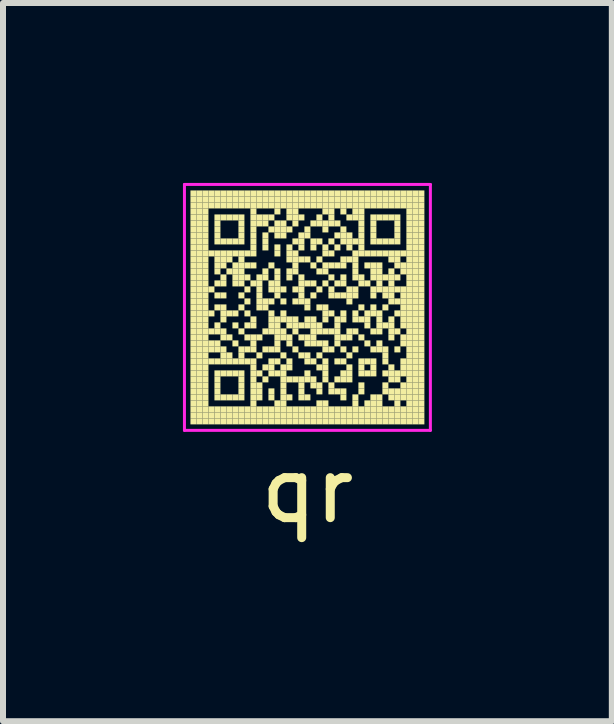
<source format=kicad_pcb>
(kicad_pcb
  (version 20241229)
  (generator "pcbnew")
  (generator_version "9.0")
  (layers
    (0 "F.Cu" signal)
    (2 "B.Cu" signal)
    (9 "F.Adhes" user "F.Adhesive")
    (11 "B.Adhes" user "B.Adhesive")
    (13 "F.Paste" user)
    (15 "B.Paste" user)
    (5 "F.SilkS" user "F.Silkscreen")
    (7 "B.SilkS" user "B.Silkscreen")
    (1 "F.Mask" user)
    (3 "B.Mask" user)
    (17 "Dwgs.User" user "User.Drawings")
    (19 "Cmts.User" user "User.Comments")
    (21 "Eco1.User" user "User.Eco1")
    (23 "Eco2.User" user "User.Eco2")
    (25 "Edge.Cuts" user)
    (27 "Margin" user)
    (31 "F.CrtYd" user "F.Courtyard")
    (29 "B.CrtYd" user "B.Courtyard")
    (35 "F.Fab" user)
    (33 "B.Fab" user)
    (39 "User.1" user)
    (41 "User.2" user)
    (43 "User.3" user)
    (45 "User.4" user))
  (footprint "qr"
    (layer "F.Cu")
    (at 2.075 2.075)
    (property "Reference" "qr" (at 0 3.05 0) (layer "F.SilkS") (effects (font (size 1 1) (thickness 0.15))))
    (fp_rect (start -1.95 -1.95) (end -1.85 -1.85) (stroke (width 0) (type solid)) (fill yes) (layer "F.SilkS"))
    (fp_rect (start -1.95 -1.85) (end -1.85 -1.75) (stroke (width 0) (type solid)) (fill yes) (layer "F.SilkS"))
    (fp_rect (start -1.95 -1.75) (end -1.85 -1.65) (stroke (width 0) (type solid)) (fill yes) (layer "F.SilkS"))
    (fp_rect (start -1.95 -1.65) (end -1.85 -1.55) (stroke (width 0) (type solid)) (fill yes) (layer "F.SilkS"))
    (fp_rect (start -1.95 -1.55) (end -1.85 -1.45) (stroke (width 0) (type solid)) (fill yes) (layer "F.SilkS"))
    (fp_rect (start -1.95 -1.45) (end -1.85 -1.35) (stroke (width 0) (type solid)) (fill yes) (layer "F.SilkS"))
    (fp_rect (start -1.95 -1.35) (end -1.85 -1.25) (stroke (width 0) (type solid)) (fill yes) (layer "F.SilkS"))
    (fp_rect (start -1.95 -1.25) (end -1.85 -1.15) (stroke (width 0) (type solid)) (fill yes) (layer "F.SilkS"))
    (fp_rect (start -1.95 -1.15) (end -1.85 -1.05) (stroke (width 0) (type solid)) (fill yes) (layer "F.SilkS"))
    (fp_rect (start -1.95 -1.05) (end -1.85 -0.95) (stroke (width 0) (type solid)) (fill yes) (layer "F.SilkS"))
    (fp_rect (start -1.95 -0.95) (end -1.85 -0.85) (stroke (width 0) (type solid)) (fill yes) (layer "F.SilkS"))
    (fp_rect (start -1.95 -0.85) (end -1.85 -0.75) (stroke (width 0) (type solid)) (fill yes) (layer "F.SilkS"))
    (fp_rect (start -1.95 -0.75) (end -1.85 -0.65) (stroke (width 0) (type solid)) (fill yes) (layer "F.SilkS"))
    (fp_rect (start -1.95 -0.65) (end -1.85 -0.55) (stroke (width 0) (type solid)) (fill yes) (layer "F.SilkS"))
    (fp_rect (start -1.95 -0.55) (end -1.85 -0.45) (stroke (width 0) (type solid)) (fill yes) (layer "F.SilkS"))
    (fp_rect (start -1.95 -0.45) (end -1.85 -0.35) (stroke (width 0) (type solid)) (fill yes) (layer "F.SilkS"))
    (fp_rect (start -1.95 -0.35) (end -1.85 -0.25) (stroke (width 0) (type solid)) (fill yes) (layer "F.SilkS"))
    (fp_rect (start -1.95 -0.25) (end -1.85 -0.15) (stroke (width 0) (type solid)) (fill yes) (layer "F.SilkS"))
    (fp_rect (start -1.95 -0.15) (end -1.85 -0.05) (stroke (width 0) (type solid)) (fill yes) (layer "F.SilkS"))
    (fp_rect (start -1.95 -0.05) (end -1.85 0.05) (stroke (width 0) (type solid)) (fill yes) (layer "F.SilkS"))
    (fp_rect (start -1.95 0.05) (end -1.85 0.15) (stroke (width 0) (type solid)) (fill yes) (layer "F.SilkS"))
    (fp_rect (start -1.95 0.15) (end -1.85 0.25) (stroke (width 0) (type solid)) (fill yes) (layer "F.SilkS"))
    (fp_rect (start -1.95 0.25) (end -1.85 0.35) (stroke (width 0) (type solid)) (fill yes) (layer "F.SilkS"))
    (fp_rect (start -1.95 0.35) (end -1.85 0.45) (stroke (width 0) (type solid)) (fill yes) (layer "F.SilkS"))
    (fp_rect (start -1.95 0.45) (end -1.85 0.55) (stroke (width 0) (type solid)) (fill yes) (layer "F.SilkS"))
    (fp_rect (start -1.95 0.55) (end -1.85 0.65) (stroke (width 0) (type solid)) (fill yes) (layer "F.SilkS"))
    (fp_rect (start -1.95 0.65) (end -1.85 0.75) (stroke (width 0) (type solid)) (fill yes) (layer "F.SilkS"))
    (fp_rect (start -1.95 0.75) (end -1.85 0.85) (stroke (width 0) (type solid)) (fill yes) (layer "F.SilkS"))
    (fp_rect (start -1.95 0.85) (end -1.85 0.95) (stroke (width 0) (type solid)) (fill yes) (layer "F.SilkS"))
    (fp_rect (start -1.95 0.95) (end -1.85 1.05) (stroke (width 0) (type solid)) (fill yes) (layer "F.SilkS"))
    (fp_rect (start -1.95 1.05) (end -1.85 1.15) (stroke (width 0) (type solid)) (fill yes) (layer "F.SilkS"))
    (fp_rect (start -1.95 1.15) (end -1.85 1.25) (stroke (width 0) (type solid)) (fill yes) (layer "F.SilkS"))
    (fp_rect (start -1.95 1.25) (end -1.85 1.35) (stroke (width 0) (type solid)) (fill yes) (layer "F.SilkS"))
    (fp_rect (start -1.95 1.35) (end -1.85 1.45) (stroke (width 0) (type solid)) (fill yes) (layer "F.SilkS"))
    (fp_rect (start -1.95 1.45) (end -1.85 1.55) (stroke (width 0) (type solid)) (fill yes) (layer "F.SilkS"))
    (fp_rect (start -1.95 1.55) (end -1.85 1.65) (stroke (width 0) (type solid)) (fill yes) (layer "F.SilkS"))
    (fp_rect (start -1.95 1.65) (end -1.85 1.75) (stroke (width 0) (type solid)) (fill yes) (layer "F.SilkS"))
    (fp_rect (start -1.95 1.75) (end -1.85 1.85) (stroke (width 0) (type solid)) (fill yes) (layer "F.SilkS"))
    (fp_rect (start -1.95 1.85) (end -1.85 1.95) (stroke (width 0) (type solid)) (fill yes) (layer "F.SilkS"))
    (fp_rect (start -1.85 -1.95) (end -1.75 -1.85) (stroke (width 0) (type solid)) (fill yes) (layer "F.SilkS"))
    (fp_rect (start -1.85 -1.85) (end -1.75 -1.75) (stroke (width 0) (type solid)) (fill yes) (layer "F.SilkS"))
    (fp_rect (start -1.85 -1.75) (end -1.75 -1.65) (stroke (width 0) (type solid)) (fill yes) (layer "F.SilkS"))
    (fp_rect (start -1.85 -1.65) (end -1.75 -1.55) (stroke (width 0) (type solid)) (fill yes) (layer "F.SilkS"))
    (fp_rect (start -1.85 -1.55) (end -1.75 -1.45) (stroke (width 0) (type solid)) (fill yes) (layer "F.SilkS"))
    (fp_rect (start -1.85 -1.45) (end -1.75 -1.35) (stroke (width 0) (type solid)) (fill yes) (layer "F.SilkS"))
    (fp_rect (start -1.85 -1.35) (end -1.75 -1.25) (stroke (width 0) (type solid)) (fill yes) (layer "F.SilkS"))
    (fp_rect (start -1.85 -1.25) (end -1.75 -1.15) (stroke (width 0) (type solid)) (fill yes) (layer "F.SilkS"))
    (fp_rect (start -1.85 -1.15) (end -1.75 -1.05) (stroke (width 0) (type solid)) (fill yes) (layer "F.SilkS"))
    (fp_rect (start -1.85 -1.05) (end -1.75 -0.95) (stroke (width 0) (type solid)) (fill yes) (layer "F.SilkS"))
    (fp_rect (start -1.85 -0.95) (end -1.75 -0.85) (stroke (width 0) (type solid)) (fill yes) (layer "F.SilkS"))
    (fp_rect (start -1.85 -0.85) (end -1.75 -0.75) (stroke (width 0) (type solid)) (fill yes) (layer "F.SilkS"))
    (fp_rect (start -1.85 -0.75) (end -1.75 -0.65) (stroke (width 0) (type solid)) (fill yes) (layer "F.SilkS"))
    (fp_rect (start -1.85 -0.65) (end -1.75 -0.55) (stroke (width 0) (type solid)) (fill yes) (layer "F.SilkS"))
    (fp_rect (start -1.85 -0.55) (end -1.75 -0.45) (stroke (width 0) (type solid)) (fill yes) (layer "F.SilkS"))
    (fp_rect (start -1.85 -0.45) (end -1.75 -0.35) (stroke (width 0) (type solid)) (fill yes) (layer "F.SilkS"))
    (fp_rect (start -1.85 -0.35) (end -1.75 -0.25) (stroke (width 0) (type solid)) (fill yes) (layer "F.SilkS"))
    (fp_rect (start -1.85 -0.25) (end -1.75 -0.15) (stroke (width 0) (type solid)) (fill yes) (layer "F.SilkS"))
    (fp_rect (start -1.85 -0.15) (end -1.75 -0.05) (stroke (width 0) (type solid)) (fill yes) (layer "F.SilkS"))
    (fp_rect (start -1.85 -0.05) (end -1.75 0.05) (stroke (width 0) (type solid)) (fill yes) (layer "F.SilkS"))
    (fp_rect (start -1.85 0.05) (end -1.75 0.15) (stroke (width 0) (type solid)) (fill yes) (layer "F.SilkS"))
    (fp_rect (start -1.85 0.15) (end -1.75 0.25) (stroke (width 0) (type solid)) (fill yes) (layer "F.SilkS"))
    (fp_rect (start -1.85 0.25) (end -1.75 0.35) (stroke (width 0) (type solid)) (fill yes) (layer "F.SilkS"))
    (fp_rect (start -1.85 0.35) (end -1.75 0.45) (stroke (width 0) (type solid)) (fill yes) (layer "F.SilkS"))
    (fp_rect (start -1.85 0.45) (end -1.75 0.55) (stroke (width 0) (type solid)) (fill yes) (layer "F.SilkS"))
    (fp_rect (start -1.85 0.55) (end -1.75 0.65) (stroke (width 0) (type solid)) (fill yes) (layer "F.SilkS"))
    (fp_rect (start -1.85 0.65) (end -1.75 0.75) (stroke (width 0) (type solid)) (fill yes) (layer "F.SilkS"))
    (fp_rect (start -1.85 0.75) (end -1.75 0.85) (stroke (width 0) (type solid)) (fill yes) (layer "F.SilkS"))
    (fp_rect (start -1.85 0.85) (end -1.75 0.95) (stroke (width 0) (type solid)) (fill yes) (layer "F.SilkS"))
    (fp_rect (start -1.85 0.95) (end -1.75 1.05) (stroke (width 0) (type solid)) (fill yes) (layer "F.SilkS"))
    (fp_rect (start -1.85 1.05) (end -1.75 1.15) (stroke (width 0) (type solid)) (fill yes) (layer "F.SilkS"))
    (fp_rect (start -1.85 1.15) (end -1.75 1.25) (stroke (width 0) (type solid)) (fill yes) (layer "F.SilkS"))
    (fp_rect (start -1.85 1.25) (end -1.75 1.35) (stroke (width 0) (type solid)) (fill yes) (layer "F.SilkS"))
    (fp_rect (start -1.85 1.35) (end -1.75 1.45) (stroke (width 0) (type solid)) (fill yes) (layer "F.SilkS"))
    (fp_rect (start -1.85 1.45) (end -1.75 1.55) (stroke (width 0) (type solid)) (fill yes) (layer "F.SilkS"))
    (fp_rect (start -1.85 1.55) (end -1.75 1.65) (stroke (width 0) (type solid)) (fill yes) (layer "F.SilkS"))
    (fp_rect (start -1.85 1.65) (end -1.75 1.75) (stroke (width 0) (type solid)) (fill yes) (layer "F.SilkS"))
    (fp_rect (start -1.85 1.75) (end -1.75 1.85) (stroke (width 0) (type solid)) (fill yes) (layer "F.SilkS"))
    (fp_rect (start -1.85 1.85) (end -1.75 1.95) (stroke (width 0) (type solid)) (fill yes) (layer "F.SilkS"))
    (fp_rect (start -1.75 -1.95) (end -1.65 -1.85) (stroke (width 0) (type solid)) (fill yes) (layer "F.SilkS"))
    (fp_rect (start -1.75 -1.85) (end -1.65 -1.75) (stroke (width 0) (type solid)) (fill yes) (layer "F.SilkS"))
    (fp_rect (start -1.75 -1.75) (end -1.65 -1.65) (stroke (width 0) (type solid)) (fill yes) (layer "F.SilkS"))
    (fp_rect (start -1.75 -1.65) (end -1.65 -1.55) (stroke (width 0) (type solid)) (fill yes) (layer "F.SilkS"))
    (fp_rect (start -1.75 -1.55) (end -1.65 -1.45) (stroke (width 0) (type solid)) (fill yes) (layer "F.SilkS"))
    (fp_rect (start -1.75 -1.45) (end -1.65 -1.35) (stroke (width 0) (type solid)) (fill yes) (layer "F.SilkS"))
    (fp_rect (start -1.75 -1.35) (end -1.65 -1.25) (stroke (width 0) (type solid)) (fill yes) (layer "F.SilkS"))
    (fp_rect (start -1.75 -1.25) (end -1.65 -1.15) (stroke (width 0) (type solid)) (fill yes) (layer "F.SilkS"))
    (fp_rect (start -1.75 -1.15) (end -1.65 -1.05) (stroke (width 0) (type solid)) (fill yes) (layer "F.SilkS"))
    (fp_rect (start -1.75 -1.05) (end -1.65 -0.95) (stroke (width 0) (type solid)) (fill yes) (layer "F.SilkS"))
    (fp_rect (start -1.75 -0.95) (end -1.65 -0.85) (stroke (width 0) (type solid)) (fill yes) (layer "F.SilkS"))
    (fp_rect (start -1.75 -0.85) (end -1.65 -0.75) (stroke (width 0) (type solid)) (fill yes) (layer "F.SilkS"))
    (fp_rect (start -1.75 -0.75) (end -1.65 -0.65) (stroke (width 0) (type solid)) (fill yes) (layer "F.SilkS"))
    (fp_rect (start -1.75 -0.65) (end -1.65 -0.55) (stroke (width 0) (type solid)) (fill yes) (layer "F.SilkS"))
    (fp_rect (start -1.75 -0.55) (end -1.65 -0.45) (stroke (width 0) (type solid)) (fill yes) (layer "F.SilkS"))
    (fp_rect (start -1.75 -0.45) (end -1.65 -0.35) (stroke (width 0) (type solid)) (fill yes) (layer "F.SilkS"))
    (fp_rect (start -1.75 -0.35) (end -1.65 -0.25) (stroke (width 0) (type solid)) (fill yes) (layer "F.SilkS"))
    (fp_rect (start -1.75 -0.25) (end -1.65 -0.15) (stroke (width 0) (type solid)) (fill yes) (layer "F.SilkS"))
    (fp_rect (start -1.75 -0.15) (end -1.65 -0.05) (stroke (width 0) (type solid)) (fill yes) (layer "F.SilkS"))
    (fp_rect (start -1.75 -0.05) (end -1.65 0.05) (stroke (width 0) (type solid)) (fill yes) (layer "F.SilkS"))
    (fp_rect (start -1.75 0.05) (end -1.65 0.15) (stroke (width 0) (type solid)) (fill yes) (layer "F.SilkS"))
    (fp_rect (start -1.75 0.15) (end -1.65 0.25) (stroke (width 0) (type solid)) (fill yes) (layer "F.SilkS"))
    (fp_rect (start -1.75 0.25) (end -1.65 0.35) (stroke (width 0) (type solid)) (fill yes) (layer "F.SilkS"))
    (fp_rect (start -1.75 0.35) (end -1.65 0.45) (stroke (width 0) (type solid)) (fill yes) (layer "F.SilkS"))
    (fp_rect (start -1.75 0.45) (end -1.65 0.55) (stroke (width 0) (type solid)) (fill yes) (layer "F.SilkS"))
    (fp_rect (start -1.75 0.55) (end -1.65 0.65) (stroke (width 0) (type solid)) (fill yes) (layer "F.SilkS"))
    (fp_rect (start -1.75 0.65) (end -1.65 0.75) (stroke (width 0) (type solid)) (fill yes) (layer "F.SilkS"))
    (fp_rect (start -1.75 0.75) (end -1.65 0.85) (stroke (width 0) (type solid)) (fill yes) (layer "F.SilkS"))
    (fp_rect (start -1.75 0.85) (end -1.65 0.95) (stroke (width 0) (type solid)) (fill yes) (layer "F.SilkS"))
    (fp_rect (start -1.75 0.95) (end -1.65 1.05) (stroke (width 0) (type solid)) (fill yes) (layer "F.SilkS"))
    (fp_rect (start -1.75 1.05) (end -1.65 1.15) (stroke (width 0) (type solid)) (fill yes) (layer "F.SilkS"))
    (fp_rect (start -1.75 1.15) (end -1.65 1.25) (stroke (width 0) (type solid)) (fill yes) (layer "F.SilkS"))
    (fp_rect (start -1.75 1.25) (end -1.65 1.35) (stroke (width 0) (type solid)) (fill yes) (layer "F.SilkS"))
    (fp_rect (start -1.75 1.35) (end -1.65 1.45) (stroke (width 0) (type solid)) (fill yes) (layer "F.SilkS"))
    (fp_rect (start -1.75 1.45) (end -1.65 1.55) (stroke (width 0) (type solid)) (fill yes) (layer "F.SilkS"))
    (fp_rect (start -1.75 1.55) (end -1.65 1.65) (stroke (width 0) (type solid)) (fill yes) (layer "F.SilkS"))
    (fp_rect (start -1.75 1.65) (end -1.65 1.75) (stroke (width 0) (type solid)) (fill yes) (layer "F.SilkS"))
    (fp_rect (start -1.75 1.75) (end -1.65 1.85) (stroke (width 0) (type solid)) (fill yes) (layer "F.SilkS"))
    (fp_rect (start -1.75 1.85) (end -1.65 1.95) (stroke (width 0) (type solid)) (fill yes) (layer "F.SilkS"))
    (fp_rect (start -1.65 -1.95) (end -1.55 -1.85) (stroke (width 0) (type solid)) (fill yes) (layer "F.SilkS"))
    (fp_rect (start -1.65 -1.85) (end -1.55 -1.75) (stroke (width 0) (type solid)) (fill yes) (layer "F.SilkS"))
    (fp_rect (start -1.65 -1.75) (end -1.55 -1.65) (stroke (width 0) (type solid)) (fill yes) (layer "F.SilkS"))
    (fp_rect (start -1.65 -0.95) (end -1.55 -0.85) (stroke (width 0) (type solid)) (fill yes) (layer "F.SilkS"))
    (fp_rect (start -1.65 -0.35) (end -1.55 -0.25) (stroke (width 0) (type solid)) (fill yes) (layer "F.SilkS"))
    (fp_rect (start -1.65 0.05) (end -1.55 0.15) (stroke (width 0) (type solid)) (fill yes) (layer "F.SilkS"))
    (fp_rect (start -1.65 0.35) (end -1.55 0.45) (stroke (width 0) (type solid)) (fill yes) (layer "F.SilkS"))
    (fp_rect (start -1.65 0.55) (end -1.55 0.65) (stroke (width 0) (type solid)) (fill yes) (layer "F.SilkS"))
    (fp_rect (start -1.65 0.65) (end -1.55 0.75) (stroke (width 0) (type solid)) (fill yes) (layer "F.SilkS"))
    (fp_rect (start -1.65 0.85) (end -1.55 0.95) (stroke (width 0) (type solid)) (fill yes) (layer "F.SilkS"))
    (fp_rect (start -1.65 1.65) (end -1.55 1.75) (stroke (width 0) (type solid)) (fill yes) (layer "F.SilkS"))
    (fp_rect (start -1.65 1.75) (end -1.55 1.85) (stroke (width 0) (type solid)) (fill yes) (layer "F.SilkS"))
    (fp_rect (start -1.65 1.85) (end -1.55 1.95) (stroke (width 0) (type solid)) (fill yes) (layer "F.SilkS"))
    (fp_rect (start -1.55 -1.95) (end -1.45 -1.85) (stroke (width 0) (type solid)) (fill yes) (layer "F.SilkS"))
    (fp_rect (start -1.55 -1.85) (end -1.45 -1.75) (stroke (width 0) (type solid)) (fill yes) (layer "F.SilkS"))
    (fp_rect (start -1.55 -1.75) (end -1.45 -1.65) (stroke (width 0) (type solid)) (fill yes) (layer "F.SilkS"))
    (fp_rect (start -1.55 -1.55) (end -1.45 -1.45) (stroke (width 0) (type solid)) (fill yes) (layer "F.SilkS"))
    (fp_rect (start -1.55 -1.45) (end -1.45 -1.35) (stroke (width 0) (type solid)) (fill yes) (layer "F.SilkS"))
    (fp_rect (start -1.55 -1.35) (end -1.45 -1.25) (stroke (width 0) (type solid)) (fill yes) (layer "F.SilkS"))
    (fp_rect (start -1.55 -1.25) (end -1.45 -1.15) (stroke (width 0) (type solid)) (fill yes) (layer "F.SilkS"))
    (fp_rect (start -1.55 -1.15) (end -1.45 -1.05) (stroke (width 0) (type solid)) (fill yes) (layer "F.SilkS"))
    (fp_rect (start -1.55 -0.95) (end -1.45 -0.85) (stroke (width 0) (type solid)) (fill yes) (layer "F.SilkS"))
    (fp_rect (start -1.55 -0.85) (end -1.45 -0.75) (stroke (width 0) (type solid)) (fill yes) (layer "F.SilkS"))
    (fp_rect (start -1.55 -0.75) (end -1.45 -0.65) (stroke (width 0) (type solid)) (fill yes) (layer "F.SilkS"))
    (fp_rect (start -1.55 -0.65) (end -1.45 -0.55) (stroke (width 0) (type solid)) (fill yes) (layer "F.SilkS"))
    (fp_rect (start -1.55 -0.45) (end -1.45 -0.35) (stroke (width 0) (type solid)) (fill yes) (layer "F.SilkS"))
    (fp_rect (start -1.55 -0.25) (end -1.45 -0.15) (stroke (width 0) (type solid)) (fill yes) (layer "F.SilkS"))
    (fp_rect (start -1.55 -0.05) (end -1.45 0.05) (stroke (width 0) (type solid)) (fill yes) (layer "F.SilkS"))
    (fp_rect (start -1.55 0.25) (end -1.45 0.35) (stroke (width 0) (type solid)) (fill yes) (layer "F.SilkS"))
    (fp_rect (start -1.55 0.35) (end -1.45 0.45) (stroke (width 0) (type solid)) (fill yes) (layer "F.SilkS"))
    (fp_rect (start -1.55 0.55) (end -1.45 0.65) (stroke (width 0) (type solid)) (fill yes) (layer "F.SilkS"))
    (fp_rect (start -1.55 0.65) (end -1.45 0.75) (stroke (width 0) (type solid)) (fill yes) (layer "F.SilkS"))
    (fp_rect (start -1.55 0.85) (end -1.45 0.95) (stroke (width 0) (type solid)) (fill yes) (layer "F.SilkS"))
    (fp_rect (start -1.55 1.05) (end -1.45 1.15) (stroke (width 0) (type solid)) (fill yes) (layer "F.SilkS"))
    (fp_rect (start -1.55 1.15) (end -1.45 1.25) (stroke (width 0) (type solid)) (fill yes) (layer "F.SilkS"))
    (fp_rect (start -1.55 1.25) (end -1.45 1.35) (stroke (width 0) (type solid)) (fill yes) (layer "F.SilkS"))
    (fp_rect (start -1.55 1.35) (end -1.45 1.45) (stroke (width 0) (type solid)) (fill yes) (layer "F.SilkS"))
    (fp_rect (start -1.55 1.45) (end -1.45 1.55) (stroke (width 0) (type solid)) (fill yes) (layer "F.SilkS"))
    (fp_rect (start -1.55 1.65) (end -1.45 1.75) (stroke (width 0) (type solid)) (fill yes) (layer "F.SilkS"))
    (fp_rect (start -1.55 1.75) (end -1.45 1.85) (stroke (width 0) (type solid)) (fill yes) (layer "F.SilkS"))
    (fp_rect (start -1.55 1.85) (end -1.45 1.95) (stroke (width 0) (type solid)) (fill yes) (layer "F.SilkS"))
    (fp_rect (start -1.45 -1.95) (end -1.35 -1.85) (stroke (width 0) (type solid)) (fill yes) (layer "F.SilkS"))
    (fp_rect (start -1.45 -1.85) (end -1.35 -1.75) (stroke (width 0) (type solid)) (fill yes) (layer "F.SilkS"))
    (fp_rect (start -1.45 -1.75) (end -1.35 -1.65) (stroke (width 0) (type solid)) (fill yes) (layer "F.SilkS"))
    (fp_rect (start -1.45 -1.55) (end -1.35 -1.45) (stroke (width 0) (type solid)) (fill yes) (layer "F.SilkS"))
    (fp_rect (start -1.45 -1.15) (end -1.35 -1.05) (stroke (width 0) (type solid)) (fill yes) (layer "F.SilkS"))
    (fp_rect (start -1.45 -0.95) (end -1.35 -0.85) (stroke (width 0) (type solid)) (fill yes) (layer "F.SilkS"))
    (fp_rect (start -1.45 -0.85) (end -1.35 -0.75) (stroke (width 0) (type solid)) (fill yes) (layer "F.SilkS"))
    (fp_rect (start -1.45 -0.75) (end -1.35 -0.65) (stroke (width 0) (type solid)) (fill yes) (layer "F.SilkS"))
    (fp_rect (start -1.45 -0.55) (end -1.35 -0.45) (stroke (width 0) (type solid)) (fill yes) (layer "F.SilkS"))
    (fp_rect (start -1.45 -0.45) (end -1.35 -0.35) (stroke (width 0) (type solid)) (fill yes) (layer "F.SilkS"))
    (fp_rect (start -1.45 -0.25) (end -1.35 -0.15) (stroke (width 0) (type solid)) (fill yes) (layer "F.SilkS"))
    (fp_rect (start -1.45 -0.05) (end -1.35 0.05) (stroke (width 0) (type solid)) (fill yes) (layer "F.SilkS"))
    (fp_rect (start -1.45 0.05) (end -1.35 0.15) (stroke (width 0) (type solid)) (fill yes) (layer "F.SilkS"))
    (fp_rect (start -1.45 0.15) (end -1.35 0.25) (stroke (width 0) (type solid)) (fill yes) (layer "F.SilkS"))
    (fp_rect (start -1.45 0.35) (end -1.35 0.45) (stroke (width 0) (type solid)) (fill yes) (layer "F.SilkS"))
    (fp_rect (start -1.45 0.45) (end -1.35 0.55) (stroke (width 0) (type solid)) (fill yes) (layer "F.SilkS"))
    (fp_rect (start -1.45 0.65) (end -1.35 0.75) (stroke (width 0) (type solid)) (fill yes) (layer "F.SilkS"))
    (fp_rect (start -1.45 0.75) (end -1.35 0.85) (stroke (width 0) (type solid)) (fill yes) (layer "F.SilkS"))
    (fp_rect (start -1.45 0.85) (end -1.35 0.95) (stroke (width 0) (type solid)) (fill yes) (layer "F.SilkS"))
    (fp_rect (start -1.45 1.05) (end -1.35 1.15) (stroke (width 0) (type solid)) (fill yes) (layer "F.SilkS"))
    (fp_rect (start -1.45 1.45) (end -1.35 1.55) (stroke (width 0) (type solid)) (fill yes) (layer "F.SilkS"))
    (fp_rect (start -1.45 1.65) (end -1.35 1.75) (stroke (width 0) (type solid)) (fill yes) (layer "F.SilkS"))
    (fp_rect (start -1.45 1.75) (end -1.35 1.85) (stroke (width 0) (type solid)) (fill yes) (layer "F.SilkS"))
    (fp_rect (start -1.45 1.85) (end -1.35 1.95) (stroke (width 0) (type solid)) (fill yes) (layer "F.SilkS"))
    (fp_rect (start -1.35 -1.95) (end -1.25 -1.85) (stroke (width 0) (type solid)) (fill yes) (layer "F.SilkS"))
    (fp_rect (start -1.35 -1.85) (end -1.25 -1.75) (stroke (width 0) (type solid)) (fill yes) (layer "F.SilkS"))
    (fp_rect (start -1.35 -1.75) (end -1.25 -1.65) (stroke (width 0) (type solid)) (fill yes) (layer "F.SilkS"))
    (fp_rect (start -1.35 -1.55) (end -1.25 -1.45) (stroke (width 0) (type solid)) (fill yes) (layer "F.SilkS"))
    (fp_rect (start -1.35 -1.15) (end -1.25 -1.05) (stroke (width 0) (type solid)) (fill yes) (layer "F.SilkS"))
    (fp_rect (start -1.35 -0.95) (end -1.25 -0.85) (stroke (width 0) (type solid)) (fill yes) (layer "F.SilkS"))
    (fp_rect (start -1.35 -0.85) (end -1.25 -0.75) (stroke (width 0) (type solid)) (fill yes) (layer "F.SilkS"))
    (fp_rect (start -1.35 -0.65) (end -1.25 -0.55) (stroke (width 0) (type solid)) (fill yes) (layer "F.SilkS"))
    (fp_rect (start -1.35 0.05) (end -1.25 0.15) (stroke (width 0) (type solid)) (fill yes) (layer "F.SilkS"))
    (fp_rect (start -1.35 0.45) (end -1.25 0.55) (stroke (width 0) (type solid)) (fill yes) (layer "F.SilkS"))
    (fp_rect (start -1.35 0.75) (end -1.25 0.85) (stroke (width 0) (type solid)) (fill yes) (layer "F.SilkS"))
    (fp_rect (start -1.35 0.85) (end -1.25 0.95) (stroke (width 0) (type solid)) (fill yes) (layer "F.SilkS"))
    (fp_rect (start -1.35 1.05) (end -1.25 1.15) (stroke (width 0) (type solid)) (fill yes) (layer "F.SilkS"))
    (fp_rect (start -1.35 1.45) (end -1.25 1.55) (stroke (width 0) (type solid)) (fill yes) (layer "F.SilkS"))
    (fp_rect (start -1.35 1.65) (end -1.25 1.75) (stroke (width 0) (type solid)) (fill yes) (layer "F.SilkS"))
    (fp_rect (start -1.35 1.75) (end -1.25 1.85) (stroke (width 0) (type solid)) (fill yes) (layer "F.SilkS"))
    (fp_rect (start -1.35 1.85) (end -1.25 1.95) (stroke (width 0) (type solid)) (fill yes) (layer "F.SilkS"))
    (fp_rect (start -1.25 -1.95) (end -1.15 -1.85) (stroke (width 0) (type solid)) (fill yes) (layer "F.SilkS"))
    (fp_rect (start -1.25 -1.85) (end -1.15 -1.75) (stroke (width 0) (type solid)) (fill yes) (layer "F.SilkS"))
    (fp_rect (start -1.25 -1.75) (end -1.15 -1.65) (stroke (width 0) (type solid)) (fill yes) (layer "F.SilkS"))
    (fp_rect (start -1.25 -1.55) (end -1.15 -1.45) (stroke (width 0) (type solid)) (fill yes) (layer "F.SilkS"))
    (fp_rect (start -1.25 -1.15) (end -1.15 -1.05) (stroke (width 0) (type solid)) (fill yes) (layer "F.SilkS"))
    (fp_rect (start -1.25 -0.95) (end -1.15 -0.85) (stroke (width 0) (type solid)) (fill yes) (layer "F.SilkS"))
    (fp_rect (start -1.25 -0.75) (end -1.15 -0.65) (stroke (width 0) (type solid)) (fill yes) (layer "F.SilkS"))
    (fp_rect (start -1.25 -0.65) (end -1.15 -0.55) (stroke (width 0) (type solid)) (fill yes) (layer "F.SilkS"))
    (fp_rect (start -1.25 -0.55) (end -1.15 -0.45) (stroke (width 0) (type solid)) (fill yes) (layer "F.SilkS"))
    (fp_rect (start -1.25 -0.45) (end -1.15 -0.35) (stroke (width 0) (type solid)) (fill yes) (layer "F.SilkS"))
    (fp_rect (start -1.25 0.05) (end -1.15 0.15) (stroke (width 0) (type solid)) (fill yes) (layer "F.SilkS"))
    (fp_rect (start -1.25 0.25) (end -1.15 0.35) (stroke (width 0) (type solid)) (fill yes) (layer "F.SilkS"))
    (fp_rect (start -1.25 0.55) (end -1.15 0.65) (stroke (width 0) (type solid)) (fill yes) (layer "F.SilkS"))
    (fp_rect (start -1.25 0.85) (end -1.15 0.95) (stroke (width 0) (type solid)) (fill yes) (layer "F.SilkS"))
    (fp_rect (start -1.25 1.05) (end -1.15 1.15) (stroke (width 0) (type solid)) (fill yes) (layer "F.SilkS"))
    (fp_rect (start -1.25 1.45) (end -1.15 1.55) (stroke (width 0) (type solid)) (fill yes) (layer "F.SilkS"))
    (fp_rect (start -1.25 1.65) (end -1.15 1.75) (stroke (width 0) (type solid)) (fill yes) (layer "F.SilkS"))
    (fp_rect (start -1.25 1.75) (end -1.15 1.85) (stroke (width 0) (type solid)) (fill yes) (layer "F.SilkS"))
    (fp_rect (start -1.25 1.85) (end -1.15 1.95) (stroke (width 0) (type solid)) (fill yes) (layer "F.SilkS"))
    (fp_rect (start -1.15 -1.95) (end -1.05 -1.85) (stroke (width 0) (type solid)) (fill yes) (layer "F.SilkS"))
    (fp_rect (start -1.15 -1.85) (end -1.05 -1.75) (stroke (width 0) (type solid)) (fill yes) (layer "F.SilkS"))
    (fp_rect (start -1.15 -1.75) (end -1.05 -1.65) (stroke (width 0) (type solid)) (fill yes) (layer "F.SilkS"))
    (fp_rect (start -1.15 -1.55) (end -1.05 -1.45) (stroke (width 0) (type solid)) (fill yes) (layer "F.SilkS"))
    (fp_rect (start -1.15 -1.45) (end -1.05 -1.35) (stroke (width 0) (type solid)) (fill yes) (layer "F.SilkS"))
    (fp_rect (start -1.15 -1.35) (end -1.05 -1.25) (stroke (width 0) (type solid)) (fill yes) (layer "F.SilkS"))
    (fp_rect (start -1.15 -1.25) (end -1.05 -1.15) (stroke (width 0) (type solid)) (fill yes) (layer "F.SilkS"))
    (fp_rect (start -1.15 -1.15) (end -1.05 -1.05) (stroke (width 0) (type solid)) (fill yes) (layer "F.SilkS"))
    (fp_rect (start -1.15 -0.95) (end -1.05 -0.85) (stroke (width 0) (type solid)) (fill yes) (layer "F.SilkS"))
    (fp_rect (start -1.15 -0.85) (end -1.05 -0.75) (stroke (width 0) (type solid)) (fill yes) (layer "F.SilkS"))
    (fp_rect (start -1.15 -0.75) (end -1.05 -0.65) (stroke (width 0) (type solid)) (fill yes) (layer "F.SilkS"))
    (fp_rect (start -1.15 -0.65) (end -1.05 -0.55) (stroke (width 0) (type solid)) (fill yes) (layer "F.SilkS"))
    (fp_rect (start -1.15 -0.55) (end -1.05 -0.45) (stroke (width 0) (type solid)) (fill yes) (layer "F.SilkS"))
    (fp_rect (start -1.15 -0.45) (end -1.05 -0.35) (stroke (width 0) (type solid)) (fill yes) (layer "F.SilkS"))
    (fp_rect (start -1.15 -0.25) (end -1.05 -0.15) (stroke (width 0) (type solid)) (fill yes) (layer "F.SilkS"))
    (fp_rect (start -1.15 -0.05) (end -1.05 0.05) (stroke (width 0) (type solid)) (fill yes) (layer "F.SilkS"))
    (fp_rect (start -1.15 0.35) (end -1.05 0.45) (stroke (width 0) (type solid)) (fill yes) (layer "F.SilkS"))
    (fp_rect (start -1.15 0.65) (end -1.05 0.75) (stroke (width 0) (type solid)) (fill yes) (layer "F.SilkS"))
    (fp_rect (start -1.15 0.75) (end -1.05 0.85) (stroke (width 0) (type solid)) (fill yes) (layer "F.SilkS"))
    (fp_rect (start -1.15 0.85) (end -1.05 0.95) (stroke (width 0) (type solid)) (fill yes) (layer "F.SilkS"))
    (fp_rect (start -1.15 1.05) (end -1.05 1.15) (stroke (width 0) (type solid)) (fill yes) (layer "F.SilkS"))
    (fp_rect (start -1.15 1.15) (end -1.05 1.25) (stroke (width 0) (type solid)) (fill yes) (layer "F.SilkS"))
    (fp_rect (start -1.15 1.25) (end -1.05 1.35) (stroke (width 0) (type solid)) (fill yes) (layer "F.SilkS"))
    (fp_rect (start -1.15 1.35) (end -1.05 1.45) (stroke (width 0) (type solid)) (fill yes) (layer "F.SilkS"))
    (fp_rect (start -1.15 1.45) (end -1.05 1.55) (stroke (width 0) (type solid)) (fill yes) (layer "F.SilkS"))
    (fp_rect (start -1.15 1.65) (end -1.05 1.75) (stroke (width 0) (type solid)) (fill yes) (layer "F.SilkS"))
    (fp_rect (start -1.15 1.75) (end -1.05 1.85) (stroke (width 0) (type solid)) (fill yes) (layer "F.SilkS"))
    (fp_rect (start -1.15 1.85) (end -1.05 1.95) (stroke (width 0) (type solid)) (fill yes) (layer "F.SilkS"))
    (fp_rect (start -1.05 -1.95) (end -0.95 -1.85) (stroke (width 0) (type solid)) (fill yes) (layer "F.SilkS"))
    (fp_rect (start -1.05 -1.85) (end -0.95 -1.75) (stroke (width 0) (type solid)) (fill yes) (layer "F.SilkS"))
    (fp_rect (start -1.05 -1.75) (end -0.95 -1.65) (stroke (width 0) (type solid)) (fill yes) (layer "F.SilkS"))
    (fp_rect (start -1.05 -0.95) (end -0.95 -0.85) (stroke (width 0) (type solid)) (fill yes) (layer "F.SilkS"))
    (fp_rect (start -1.05 -0.75) (end -0.95 -0.65) (stroke (width 0) (type solid)) (fill yes) (layer "F.SilkS"))
    (fp_rect (start -1.05 -0.55) (end -0.95 -0.45) (stroke (width 0) (type solid)) (fill yes) (layer "F.SilkS"))
    (fp_rect (start -1.05 -0.35) (end -0.95 -0.25) (stroke (width 0) (type solid)) (fill yes) (layer "F.SilkS"))
    (fp_rect (start -1.05 -0.15) (end -0.95 -0.05) (stroke (width 0) (type solid)) (fill yes) (layer "F.SilkS"))
    (fp_rect (start -1.05 0.05) (end -0.95 0.15) (stroke (width 0) (type solid)) (fill yes) (layer "F.SilkS"))
    (fp_rect (start -1.05 0.25) (end -0.95 0.35) (stroke (width 0) (type solid)) (fill yes) (layer "F.SilkS"))
    (fp_rect (start -1.05 0.45) (end -0.95 0.55) (stroke (width 0) (type solid)) (fill yes) (layer "F.SilkS"))
    (fp_rect (start -1.05 0.65) (end -0.95 0.75) (stroke (width 0) (type solid)) (fill yes) (layer "F.SilkS"))
    (fp_rect (start -1.05 0.85) (end -0.95 0.95) (stroke (width 0) (type solid)) (fill yes) (layer "F.SilkS"))
    (fp_rect (start -1.05 1.65) (end -0.95 1.75) (stroke (width 0) (type solid)) (fill yes) (layer "F.SilkS"))
    (fp_rect (start -1.05 1.75) (end -0.95 1.85) (stroke (width 0) (type solid)) (fill yes) (layer "F.SilkS"))
    (fp_rect (start -1.05 1.85) (end -0.95 1.95) (stroke (width 0) (type solid)) (fill yes) (layer "F.SilkS"))
    (fp_rect (start -0.95 -1.95) (end -0.85 -1.85) (stroke (width 0) (type solid)) (fill yes) (layer "F.SilkS"))
    (fp_rect (start -0.95 -1.85) (end -0.85 -1.75) (stroke (width 0) (type solid)) (fill yes) (layer "F.SilkS"))
    (fp_rect (start -0.95 -1.75) (end -0.85 -1.65) (stroke (width 0) (type solid)) (fill yes) (layer "F.SilkS"))
    (fp_rect (start -0.95 -1.65) (end -0.85 -1.55) (stroke (width 0) (type solid)) (fill yes) (layer "F.SilkS"))
    (fp_rect (start -0.95 -1.55) (end -0.85 -1.45) (stroke (width 0) (type solid)) (fill yes) (layer "F.SilkS"))
    (fp_rect (start -0.95 -1.45) (end -0.85 -1.35) (stroke (width 0) (type solid)) (fill yes) (layer "F.SilkS"))
    (fp_rect (start -0.95 -1.35) (end -0.85 -1.25) (stroke (width 0) (type solid)) (fill yes) (layer "F.SilkS"))
    (fp_rect (start -0.95 -1.25) (end -0.85 -1.15) (stroke (width 0) (type solid)) (fill yes) (layer "F.SilkS"))
    (fp_rect (start -0.95 -1.15) (end -0.85 -1.05) (stroke (width 0) (type solid)) (fill yes) (layer "F.SilkS"))
    (fp_rect (start -0.95 -1.05) (end -0.85 -0.95) (stroke (width 0) (type solid)) (fill yes) (layer "F.SilkS"))
    (fp_rect (start -0.95 -0.95) (end -0.85 -0.85) (stroke (width 0) (type solid)) (fill yes) (layer "F.SilkS"))
    (fp_rect (start -0.95 -0.75) (end -0.85 -0.65) (stroke (width 0) (type solid)) (fill yes) (layer "F.SilkS"))
    (fp_rect (start -0.95 -0.45) (end -0.85 -0.35) (stroke (width 0) (type solid)) (fill yes) (layer "F.SilkS"))
    (fp_rect (start -0.95 0.15) (end -0.85 0.25) (stroke (width 0) (type solid)) (fill yes) (layer "F.SilkS"))
    (fp_rect (start -0.95 0.25) (end -0.85 0.35) (stroke (width 0) (type solid)) (fill yes) (layer "F.SilkS"))
    (fp_rect (start -0.95 0.45) (end -0.85 0.55) (stroke (width 0) (type solid)) (fill yes) (layer "F.SilkS"))
    (fp_rect (start -0.95 0.55) (end -0.85 0.65) (stroke (width 0) (type solid)) (fill yes) (layer "F.SilkS"))
    (fp_rect (start -0.95 0.65) (end -0.85 0.75) (stroke (width 0) (type solid)) (fill yes) (layer "F.SilkS"))
    (fp_rect (start -0.95 0.85) (end -0.85 0.95) (stroke (width 0) (type solid)) (fill yes) (layer "F.SilkS"))
    (fp_rect (start -0.95 0.95) (end -0.85 1.05) (stroke (width 0) (type solid)) (fill yes) (layer "F.SilkS"))
    (fp_rect (start -0.95 1.05) (end -0.85 1.15) (stroke (width 0) (type solid)) (fill yes) (layer "F.SilkS"))
    (fp_rect (start -0.95 1.15) (end -0.85 1.25) (stroke (width 0) (type solid)) (fill yes) (layer "F.SilkS"))
    (fp_rect (start -0.95 1.25) (end -0.85 1.35) (stroke (width 0) (type solid)) (fill yes) (layer "F.SilkS"))
    (fp_rect (start -0.95 1.35) (end -0.85 1.45) (stroke (width 0) (type solid)) (fill yes) (layer "F.SilkS"))
    (fp_rect (start -0.95 1.45) (end -0.85 1.55) (stroke (width 0) (type solid)) (fill yes) (layer "F.SilkS"))
    (fp_rect (start -0.95 1.55) (end -0.85 1.65) (stroke (width 0) (type solid)) (fill yes) (layer "F.SilkS"))
    (fp_rect (start -0.95 1.65) (end -0.85 1.75) (stroke (width 0) (type solid)) (fill yes) (layer "F.SilkS"))
    (fp_rect (start -0.95 1.75) (end -0.85 1.85) (stroke (width 0) (type solid)) (fill yes) (layer "F.SilkS"))
    (fp_rect (start -0.95 1.85) (end -0.85 1.95) (stroke (width 0) (type solid)) (fill yes) (layer "F.SilkS"))
    (fp_rect (start -0.85 -1.95) (end -0.75 -1.85) (stroke (width 0) (type solid)) (fill yes) (layer "F.SilkS"))
    (fp_rect (start -0.85 -1.85) (end -0.75 -1.75) (stroke (width 0) (type solid)) (fill yes) (layer "F.SilkS"))
    (fp_rect (start -0.85 -1.75) (end -0.75 -1.65) (stroke (width 0) (type solid)) (fill yes) (layer "F.SilkS"))
    (fp_rect (start -0.85 -1.55) (end -0.75 -1.45) (stroke (width 0) (type solid)) (fill yes) (layer "F.SilkS"))
    (fp_rect (start -0.85 -1.45) (end -0.75 -1.35) (stroke (width 0) (type solid)) (fill yes) (layer "F.SilkS"))
    (fp_rect (start -0.85 -0.55) (end -0.75 -0.45) (stroke (width 0) (type solid)) (fill yes) (layer "F.SilkS"))
    (fp_rect (start -0.85 -0.45) (end -0.75 -0.35) (stroke (width 0) (type solid)) (fill yes) (layer "F.SilkS"))
    (fp_rect (start -0.85 -0.35) (end -0.75 -0.25) (stroke (width 0) (type solid)) (fill yes) (layer "F.SilkS"))
    (fp_rect (start -0.85 -0.25) (end -0.75 -0.15) (stroke (width 0) (type solid)) (fill yes) (layer "F.SilkS"))
    (fp_rect (start -0.85 -0.15) (end -0.75 -0.05) (stroke (width 0) (type solid)) (fill yes) (layer "F.SilkS"))
    (fp_rect (start -0.85 -0.05) (end -0.75 0.05) (stroke (width 0) (type solid)) (fill yes) (layer "F.SilkS"))
    (fp_rect (start -0.85 0.45) (end -0.75 0.55) (stroke (width 0) (type solid)) (fill yes) (layer "F.SilkS"))
    (fp_rect (start -0.85 0.75) (end -0.75 0.85) (stroke (width 0) (type solid)) (fill yes) (layer "F.SilkS"))
    (fp_rect (start -0.85 1.05) (end -0.75 1.15) (stroke (width 0) (type solid)) (fill yes) (layer "F.SilkS"))
    (fp_rect (start -0.85 1.25) (end -0.75 1.35) (stroke (width 0) (type solid)) (fill yes) (layer "F.SilkS"))
    (fp_rect (start -0.85 1.35) (end -0.75 1.45) (stroke (width 0) (type solid)) (fill yes) (layer "F.SilkS"))
    (fp_rect (start -0.85 1.45) (end -0.75 1.55) (stroke (width 0) (type solid)) (fill yes) (layer "F.SilkS"))
    (fp_rect (start -0.85 1.65) (end -0.75 1.75) (stroke (width 0) (type solid)) (fill yes) (layer "F.SilkS"))
    (fp_rect (start -0.85 1.75) (end -0.75 1.85) (stroke (width 0) (type solid)) (fill yes) (layer "F.SilkS"))
    (fp_rect (start -0.85 1.85) (end -0.75 1.95) (stroke (width 0) (type solid)) (fill yes) (layer "F.SilkS"))
    (fp_rect (start -0.75 -1.95) (end -0.65 -1.85) (stroke (width 0) (type solid)) (fill yes) (layer "F.SilkS"))
    (fp_rect (start -0.75 -1.85) (end -0.65 -1.75) (stroke (width 0) (type solid)) (fill yes) (layer "F.SilkS"))
    (fp_rect (start -0.75 -1.75) (end -0.65 -1.65) (stroke (width 0) (type solid)) (fill yes) (layer "F.SilkS"))
    (fp_rect (start -0.75 -1.55) (end -0.65 -1.45) (stroke (width 0) (type solid)) (fill yes) (layer "F.SilkS"))
    (fp_rect (start -0.75 -1.45) (end -0.65 -1.35) (stroke (width 0) (type solid)) (fill yes) (layer "F.SilkS"))
    (fp_rect (start -0.75 -1.25) (end -0.65 -1.15) (stroke (width 0) (type solid)) (fill yes) (layer "F.SilkS"))
    (fp_rect (start -0.75 -1.15) (end -0.65 -1.05) (stroke (width 0) (type solid)) (fill yes) (layer "F.SilkS"))
    (fp_rect (start -0.75 -1.05) (end -0.65 -0.95) (stroke (width 0) (type solid)) (fill yes) (layer "F.SilkS"))
    (fp_rect (start -0.75 -0.65) (end -0.65 -0.55) (stroke (width 0) (type solid)) (fill yes) (layer "F.SilkS"))
    (fp_rect (start -0.75 -0.55) (end -0.65 -0.45) (stroke (width 0) (type solid)) (fill yes) (layer "F.SilkS"))
    (fp_rect (start -0.75 -0.15) (end -0.65 -0.05) (stroke (width 0) (type solid)) (fill yes) (layer "F.SilkS"))
    (fp_rect (start -0.75 -0.05) (end -0.65 0.05) (stroke (width 0) (type solid)) (fill yes) (layer "F.SilkS"))
    (fp_rect (start -0.75 0.35) (end -0.65 0.45) (stroke (width 0) (type solid)) (fill yes) (layer "F.SilkS"))
    (fp_rect (start -0.75 0.65) (end -0.65 0.75) (stroke (width 0) (type solid)) (fill yes) (layer "F.SilkS"))
    (fp_rect (start -0.75 0.95) (end -0.65 1.05) (stroke (width 0) (type solid)) (fill yes) (layer "F.SilkS"))
    (fp_rect (start -0.75 1.15) (end -0.65 1.25) (stroke (width 0) (type solid)) (fill yes) (layer "F.SilkS"))
    (fp_rect (start -0.75 1.65) (end -0.65 1.75) (stroke (width 0) (type solid)) (fill yes) (layer "F.SilkS"))
    (fp_rect (start -0.75 1.75) (end -0.65 1.85) (stroke (width 0) (type solid)) (fill yes) (layer "F.SilkS"))
    (fp_rect (start -0.75 1.85) (end -0.65 1.95) (stroke (width 0) (type solid)) (fill yes) (layer "F.SilkS"))
    (fp_rect (start -0.65 -1.95) (end -0.55 -1.85) (stroke (width 0) (type solid)) (fill yes) (layer "F.SilkS"))
    (fp_rect (start -0.65 -1.85) (end -0.55 -1.75) (stroke (width 0) (type solid)) (fill yes) (layer "F.SilkS"))
    (fp_rect (start -0.65 -1.75) (end -0.55 -1.65) (stroke (width 0) (type solid)) (fill yes) (layer "F.SilkS"))
    (fp_rect (start -0.65 -1.55) (end -0.55 -1.45) (stroke (width 0) (type solid)) (fill yes) (layer "F.SilkS"))
    (fp_rect (start -0.65 -1.35) (end -0.55 -1.25) (stroke (width 0) (type solid)) (fill yes) (layer "F.SilkS"))
    (fp_rect (start -0.65 -0.75) (end -0.55 -0.65) (stroke (width 0) (type solid)) (fill yes) (layer "F.SilkS"))
    (fp_rect (start -0.65 -0.45) (end -0.55 -0.35) (stroke (width 0) (type solid)) (fill yes) (layer "F.SilkS"))
    (fp_rect (start -0.65 -0.35) (end -0.55 -0.25) (stroke (width 0) (type solid)) (fill yes) (layer "F.SilkS"))
    (fp_rect (start -0.65 -0.15) (end -0.55 -0.05) (stroke (width 0) (type solid)) (fill yes) (layer "F.SilkS"))
    (fp_rect (start -0.65 0.05) (end -0.55 0.15) (stroke (width 0) (type solid)) (fill yes) (layer "F.SilkS"))
    (fp_rect (start -0.65 0.15) (end -0.55 0.25) (stroke (width 0) (type solid)) (fill yes) (layer "F.SilkS"))
    (fp_rect (start -0.65 0.25) (end -0.55 0.35) (stroke (width 0) (type solid)) (fill yes) (layer "F.SilkS"))
    (fp_rect (start -0.65 0.35) (end -0.55 0.45) (stroke (width 0) (type solid)) (fill yes) (layer "F.SilkS"))
    (fp_rect (start -0.65 0.65) (end -0.55 0.75) (stroke (width 0) (type solid)) (fill yes) (layer "F.SilkS"))
    (fp_rect (start -0.65 0.85) (end -0.55 0.95) (stroke (width 0) (type solid)) (fill yes) (layer "F.SilkS"))
    (fp_rect (start -0.65 0.95) (end -0.55 1.05) (stroke (width 0) (type solid)) (fill yes) (layer "F.SilkS"))
    (fp_rect (start -0.65 1.05) (end -0.55 1.15) (stroke (width 0) (type solid)) (fill yes) (layer "F.SilkS"))
    (fp_rect (start -0.65 1.35) (end -0.55 1.45) (stroke (width 0) (type solid)) (fill yes) (layer "F.SilkS"))
    (fp_rect (start -0.65 1.45) (end -0.55 1.55) (stroke (width 0) (type solid)) (fill yes) (layer "F.SilkS"))
    (fp_rect (start -0.65 1.65) (end -0.55 1.75) (stroke (width 0) (type solid)) (fill yes) (layer "F.SilkS"))
    (fp_rect (start -0.65 1.75) (end -0.55 1.85) (stroke (width 0) (type solid)) (fill yes) (layer "F.SilkS"))
    (fp_rect (start -0.65 1.85) (end -0.55 1.95) (stroke (width 0) (type solid)) (fill yes) (layer "F.SilkS"))
    (fp_rect (start -0.55 -1.95) (end -0.45 -1.85) (stroke (width 0) (type solid)) (fill yes) (layer "F.SilkS"))
    (fp_rect (start -0.55 -1.85) (end -0.45 -1.75) (stroke (width 0) (type solid)) (fill yes) (layer "F.SilkS"))
    (fp_rect (start -0.55 -1.75) (end -0.45 -1.65) (stroke (width 0) (type solid)) (fill yes) (layer "F.SilkS"))
    (fp_rect (start -0.55 -1.65) (end -0.45 -1.55) (stroke (width 0) (type solid)) (fill yes) (layer "F.SilkS"))
    (fp_rect (start -0.55 -1.45) (end -0.45 -1.35) (stroke (width 0) (type solid)) (fill yes) (layer "F.SilkS"))
    (fp_rect (start -0.55 -1.35) (end -0.45 -1.25) (stroke (width 0) (type solid)) (fill yes) (layer "F.SilkS"))
    (fp_rect (start -0.55 -1.25) (end -0.45 -1.15) (stroke (width 0) (type solid)) (fill yes) (layer "F.SilkS"))
    (fp_rect (start -0.55 -1.05) (end -0.45 -0.95) (stroke (width 0) (type solid)) (fill yes) (layer "F.SilkS"))
    (fp_rect (start -0.55 -0.95) (end -0.45 -0.85) (stroke (width 0) (type solid)) (fill yes) (layer "F.SilkS"))
    (fp_rect (start -0.55 -0.65) (end -0.45 -0.55) (stroke (width 0) (type solid)) (fill yes) (layer "F.SilkS"))
    (fp_rect (start -0.55 -0.55) (end -0.45 -0.45) (stroke (width 0) (type solid)) (fill yes) (layer "F.SilkS"))
    (fp_rect (start -0.55 -0.45) (end -0.45 -0.35) (stroke (width 0) (type solid)) (fill yes) (layer "F.SilkS"))
    (fp_rect (start -0.55 -0.35) (end -0.45 -0.25) (stroke (width 0) (type solid)) (fill yes) (layer "F.SilkS"))
    (fp_rect (start -0.55 -0.25) (end -0.45 -0.15) (stroke (width 0) (type solid)) (fill yes) (layer "F.SilkS"))
    (fp_rect (start -0.55 0.15) (end -0.45 0.25) (stroke (width 0) (type solid)) (fill yes) (layer "F.SilkS"))
    (fp_rect (start -0.55 0.25) (end -0.45 0.35) (stroke (width 0) (type solid)) (fill yes) (layer "F.SilkS"))
    (fp_rect (start -0.55 0.35) (end -0.45 0.45) (stroke (width 0) (type solid)) (fill yes) (layer "F.SilkS"))
    (fp_rect (start -0.55 0.45) (end -0.45 0.55) (stroke (width 0) (type solid)) (fill yes) (layer "F.SilkS"))
    (fp_rect (start -0.55 0.55) (end -0.45 0.65) (stroke (width 0) (type solid)) (fill yes) (layer "F.SilkS"))
    (fp_rect (start -0.55 0.65) (end -0.45 0.75) (stroke (width 0) (type solid)) (fill yes) (layer "F.SilkS"))
    (fp_rect (start -0.55 0.85) (end -0.45 0.95) (stroke (width 0) (type solid)) (fill yes) (layer "F.SilkS"))
    (fp_rect (start -0.55 1.05) (end -0.45 1.15) (stroke (width 0) (type solid)) (fill yes) (layer "F.SilkS"))
    (fp_rect (start -0.55 1.55) (end -0.45 1.65) (stroke (width 0) (type solid)) (fill yes) (layer "F.SilkS"))
    (fp_rect (start -0.55 1.65) (end -0.45 1.75) (stroke (width 0) (type solid)) (fill yes) (layer "F.SilkS"))
    (fp_rect (start -0.55 1.75) (end -0.45 1.85) (stroke (width 0) (type solid)) (fill yes) (layer "F.SilkS"))
    (fp_rect (start -0.55 1.85) (end -0.45 1.95) (stroke (width 0) (type solid)) (fill yes) (layer "F.SilkS"))
    (fp_rect (start -0.45 -1.95) (end -0.35 -1.85) (stroke (width 0) (type solid)) (fill yes) (layer "F.SilkS"))
    (fp_rect (start -0.45 -1.85) (end -0.35 -1.75) (stroke (width 0) (type solid)) (fill yes) (layer "F.SilkS"))
    (fp_rect (start -0.45 -1.75) (end -0.35 -1.65) (stroke (width 0) (type solid)) (fill yes) (layer "F.SilkS"))
    (fp_rect (start -0.45 -1.45) (end -0.35 -1.35) (stroke (width 0) (type solid)) (fill yes) (layer "F.SilkS"))
    (fp_rect (start -0.45 -1.35) (end -0.35 -1.25) (stroke (width 0) (type solid)) (fill yes) (layer "F.SilkS"))
    (fp_rect (start -0.45 -1.25) (end -0.35 -1.15) (stroke (width 0) (type solid)) (fill yes) (layer "F.SilkS"))
    (fp_rect (start -0.45 -0.35) (end -0.35 -0.25) (stroke (width 0) (type solid)) (fill yes) (layer "F.SilkS"))
    (fp_rect (start -0.45 -0.15) (end -0.35 -0.05) (stroke (width 0) (type solid)) (fill yes) (layer "F.SilkS"))
    (fp_rect (start -0.45 0.05) (end -0.35 0.15) (stroke (width 0) (type solid)) (fill yes) (layer "F.SilkS"))
    (fp_rect (start -0.45 0.15) (end -0.35 0.25) (stroke (width 0) (type solid)) (fill yes) (layer "F.SilkS"))
    (fp_rect (start -0.45 0.35) (end -0.35 0.45) (stroke (width 0) (type solid)) (fill yes) (layer "F.SilkS"))
    (fp_rect (start -0.45 0.45) (end -0.35 0.55) (stroke (width 0) (type solid)) (fill yes) (layer "F.SilkS"))
    (fp_rect (start -0.45 0.75) (end -0.35 0.85) (stroke (width 0) (type solid)) (fill yes) (layer "F.SilkS"))
    (fp_rect (start -0.45 0.95) (end -0.35 1.05) (stroke (width 0) (type solid)) (fill yes) (layer "F.SilkS"))
    (fp_rect (start -0.45 1.05) (end -0.35 1.15) (stroke (width 0) (type solid)) (fill yes) (layer "F.SilkS"))
    (fp_rect (start -0.45 1.15) (end -0.35 1.25) (stroke (width 0) (type solid)) (fill yes) (layer "F.SilkS"))
    (fp_rect (start -0.45 1.25) (end -0.35 1.35) (stroke (width 0) (type solid)) (fill yes) (layer "F.SilkS"))
    (fp_rect (start -0.45 1.35) (end -0.35 1.45) (stroke (width 0) (type solid)) (fill yes) (layer "F.SilkS"))
    (fp_rect (start -0.45 1.45) (end -0.35 1.55) (stroke (width 0) (type solid)) (fill yes) (layer "F.SilkS"))
    (fp_rect (start -0.45 1.55) (end -0.35 1.65) (stroke (width 0) (type solid)) (fill yes) (layer "F.SilkS"))
    (fp_rect (start -0.45 1.65) (end -0.35 1.75) (stroke (width 0) (type solid)) (fill yes) (layer "F.SilkS"))
    (fp_rect (start -0.45 1.75) (end -0.35 1.85) (stroke (width 0) (type solid)) (fill yes) (layer "F.SilkS"))
    (fp_rect (start -0.45 1.85) (end -0.35 1.95) (stroke (width 0) (type solid)) (fill yes) (layer "F.SilkS"))
    (fp_rect (start -0.35 -1.95) (end -0.25 -1.85) (stroke (width 0) (type solid)) (fill yes) (layer "F.SilkS"))
    (fp_rect (start -0.35 -1.85) (end -0.25 -1.75) (stroke (width 0) (type solid)) (fill yes) (layer "F.SilkS"))
    (fp_rect (start -0.35 -1.75) (end -0.25 -1.65) (stroke (width 0) (type solid)) (fill yes) (layer "F.SilkS"))
    (fp_rect (start -0.35 -1.65) (end -0.25 -1.55) (stroke (width 0) (type solid)) (fill yes) (layer "F.SilkS"))
    (fp_rect (start -0.35 -1.55) (end -0.25 -1.45) (stroke (width 0) (type solid)) (fill yes) (layer "F.SilkS"))
    (fp_rect (start -0.35 -1.35) (end -0.25 -1.25) (stroke (width 0) (type solid)) (fill yes) (layer "F.SilkS"))
    (fp_rect (start -0.35 -1.05) (end -0.25 -0.95) (stroke (width 0) (type solid)) (fill yes) (layer "F.SilkS"))
    (fp_rect (start -0.35 -0.95) (end -0.25 -0.85) (stroke (width 0) (type solid)) (fill yes) (layer "F.SilkS"))
    (fp_rect (start -0.35 -0.85) (end -0.25 -0.75) (stroke (width 0) (type solid)) (fill yes) (layer "F.SilkS"))
    (fp_rect (start -0.35 -0.65) (end -0.25 -0.55) (stroke (width 0) (type solid)) (fill yes) (layer "F.SilkS"))
    (fp_rect (start -0.35 -0.55) (end -0.25 -0.45) (stroke (width 0) (type solid)) (fill yes) (layer "F.SilkS"))
    (fp_rect (start -0.35 0.15) (end -0.25 0.25) (stroke (width 0) (type solid)) (fill yes) (layer "F.SilkS"))
    (fp_rect (start -0.35 0.25) (end -0.25 0.35) (stroke (width 0) (type solid)) (fill yes) (layer "F.SilkS"))
    (fp_rect (start -0.35 0.45) (end -0.25 0.55) (stroke (width 0) (type solid)) (fill yes) (layer "F.SilkS"))
    (fp_rect (start -0.35 0.55) (end -0.25 0.65) (stroke (width 0) (type solid)) (fill yes) (layer "F.SilkS"))
    (fp_rect (start -0.35 0.85) (end -0.25 0.95) (stroke (width 0) (type solid)) (fill yes) (layer "F.SilkS"))
    (fp_rect (start -0.35 0.95) (end -0.25 1.05) (stroke (width 0) (type solid)) (fill yes) (layer "F.SilkS"))
    (fp_rect (start -0.35 1.15) (end -0.25 1.25) (stroke (width 0) (type solid)) (fill yes) (layer "F.SilkS"))
    (fp_rect (start -0.35 1.45) (end -0.25 1.55) (stroke (width 0) (type solid)) (fill yes) (layer "F.SilkS"))
    (fp_rect (start -0.35 1.65) (end -0.25 1.75) (stroke (width 0) (type solid)) (fill yes) (layer "F.SilkS"))
    (fp_rect (start -0.35 1.75) (end -0.25 1.85) (stroke (width 0) (type solid)) (fill yes) (layer "F.SilkS"))
    (fp_rect (start -0.35 1.85) (end -0.25 1.95) (stroke (width 0) (type solid)) (fill yes) (layer "F.SilkS"))
    (fp_rect (start -0.25 -1.95) (end -0.15 -1.85) (stroke (width 0) (type solid)) (fill yes) (layer "F.SilkS"))
    (fp_rect (start -0.25 -1.85) (end -0.15 -1.75) (stroke (width 0) (type solid)) (fill yes) (layer "F.SilkS"))
    (fp_rect (start -0.25 -1.75) (end -0.15 -1.65) (stroke (width 0) (type solid)) (fill yes) (layer "F.SilkS"))
    (fp_rect (start -0.25 -1.65) (end -0.15 -1.55) (stroke (width 0) (type solid)) (fill yes) (layer "F.SilkS"))
    (fp_rect (start -0.25 -1.55) (end -0.15 -1.45) (stroke (width 0) (type solid)) (fill yes) (layer "F.SilkS"))
    (fp_rect (start -0.25 -1.45) (end -0.15 -1.35) (stroke (width 0) (type solid)) (fill yes) (layer "F.SilkS"))
    (fp_rect (start -0.25 -1.15) (end -0.15 -1.05) (stroke (width 0) (type solid)) (fill yes) (layer "F.SilkS"))
    (fp_rect (start -0.25 -0.95) (end -0.15 -0.85) (stroke (width 0) (type solid)) (fill yes) (layer "F.SilkS"))
    (fp_rect (start -0.25 -0.85) (end -0.15 -0.75) (stroke (width 0) (type solid)) (fill yes) (layer "F.SilkS"))
    (fp_rect (start -0.25 -0.75) (end -0.15 -0.65) (stroke (width 0) (type solid)) (fill yes) (layer "F.SilkS"))
    (fp_rect (start -0.25 -0.65) (end -0.15 -0.55) (stroke (width 0) (type solid)) (fill yes) (layer "F.SilkS"))
    (fp_rect (start -0.25 -0.35) (end -0.15 -0.25) (stroke (width 0) (type solid)) (fill yes) (layer "F.SilkS"))
    (fp_rect (start -0.25 -0.15) (end -0.15 -0.05) (stroke (width 0) (type solid)) (fill yes) (layer "F.SilkS"))
    (fp_rect (start -0.25 0.15) (end -0.15 0.25) (stroke (width 0) (type solid)) (fill yes) (layer "F.SilkS"))
    (fp_rect (start -0.25 0.25) (end -0.15 0.35) (stroke (width 0) (type solid)) (fill yes) (layer "F.SilkS"))
    (fp_rect (start -0.25 0.35) (end -0.15 0.45) (stroke (width 0) (type solid)) (fill yes) (layer "F.SilkS"))
    (fp_rect (start -0.25 0.65) (end -0.15 0.75) (stroke (width 0) (type solid)) (fill yes) (layer "F.SilkS"))
    (fp_rect (start -0.25 1.15) (end -0.15 1.25) (stroke (width 0) (type solid)) (fill yes) (layer "F.SilkS"))
    (fp_rect (start -0.25 1.65) (end -0.15 1.75) (stroke (width 0) (type solid)) (fill yes) (layer "F.SilkS"))
    (fp_rect (start -0.25 1.75) (end -0.15 1.85) (stroke (width 0) (type solid)) (fill yes) (layer "F.SilkS"))
    (fp_rect (start -0.25 1.85) (end -0.15 1.95) (stroke (width 0) (type solid)) (fill yes) (layer "F.SilkS"))
    (fp_rect (start -0.15 -1.95) (end -0.05 -1.85) (stroke (width 0) (type solid)) (fill yes) (layer "F.SilkS"))
    (fp_rect (start -0.15 -1.85) (end -0.05 -1.75) (stroke (width 0) (type solid)) (fill yes) (layer "F.SilkS"))
    (fp_rect (start -0.15 -1.75) (end -0.05 -1.65) (stroke (width 0) (type solid)) (fill yes) (layer "F.SilkS"))
    (fp_rect (start -0.15 -1.55) (end -0.05 -1.45) (stroke (width 0) (type solid)) (fill yes) (layer "F.SilkS"))
    (fp_rect (start -0.15 -1.25) (end -0.05 -1.15) (stroke (width 0) (type solid)) (fill yes) (layer "F.SilkS"))
    (fp_rect (start -0.15 -1.15) (end -0.05 -1.05) (stroke (width 0) (type solid)) (fill yes) (layer "F.SilkS"))
    (fp_rect (start -0.15 -1.05) (end -0.05 -0.95) (stroke (width 0) (type solid)) (fill yes) (layer "F.SilkS"))
    (fp_rect (start -0.15 -0.85) (end -0.05 -0.75) (stroke (width 0) (type solid)) (fill yes) (layer "F.SilkS"))
    (fp_rect (start -0.15 -0.55) (end -0.05 -0.45) (stroke (width 0) (type solid)) (fill yes) (layer "F.SilkS"))
    (fp_rect (start -0.15 -0.45) (end -0.05 -0.35) (stroke (width 0) (type solid)) (fill yes) (layer "F.SilkS"))
    (fp_rect (start -0.15 -0.35) (end -0.05 -0.25) (stroke (width 0) (type solid)) (fill yes) (layer "F.SilkS"))
    (fp_rect (start -0.15 -0.25) (end -0.05 -0.15) (stroke (width 0) (type solid)) (fill yes) (layer "F.SilkS"))
    (fp_rect (start -0.15 -0.15) (end -0.05 -0.05) (stroke (width 0) (type solid)) (fill yes) (layer "F.SilkS"))
    (fp_rect (start -0.15 0.25) (end -0.05 0.35) (stroke (width 0) (type solid)) (fill yes) (layer "F.SilkS"))
    (fp_rect (start -0.15 0.45) (end -0.05 0.55) (stroke (width 0) (type solid)) (fill yes) (layer "F.SilkS"))
    (fp_rect (start -0.15 0.75) (end -0.05 0.85) (stroke (width 0) (type solid)) (fill yes) (layer "F.SilkS"))
    (fp_rect (start -0.15 1.15) (end -0.05 1.25) (stroke (width 0) (type solid)) (fill yes) (layer "F.SilkS"))
    (fp_rect (start -0.15 1.25) (end -0.05 1.35) (stroke (width 0) (type solid)) (fill yes) (layer "F.SilkS"))
    (fp_rect (start -0.15 1.35) (end -0.05 1.45) (stroke (width 0) (type solid)) (fill yes) (layer "F.SilkS"))
    (fp_rect (start -0.15 1.45) (end -0.05 1.55) (stroke (width 0) (type solid)) (fill yes) (layer "F.SilkS"))
    (fp_rect (start -0.15 1.65) (end -0.05 1.75) (stroke (width 0) (type solid)) (fill yes) (layer "F.SilkS"))
    (fp_rect (start -0.15 1.75) (end -0.05 1.85) (stroke (width 0) (type solid)) (fill yes) (layer "F.SilkS"))
    (fp_rect (start -0.15 1.85) (end -0.05 1.95) (stroke (width 0) (type solid)) (fill yes) (layer "F.SilkS"))
    (fp_rect (start -0.05 -1.95) (end 0.05 -1.85) (stroke (width 0) (type solid)) (fill yes) (layer "F.SilkS"))
    (fp_rect (start -0.05 -1.85) (end 0.05 -1.75) (stroke (width 0) (type solid)) (fill yes) (layer "F.SilkS"))
    (fp_rect (start -0.05 -1.75) (end 0.05 -1.65) (stroke (width 0) (type solid)) (fill yes) (layer "F.SilkS"))
    (fp_rect (start -0.05 -1.35) (end 0.05 -1.25) (stroke (width 0) (type solid)) (fill yes) (layer "F.SilkS"))
    (fp_rect (start -0.05 -1.25) (end 0.05 -1.15) (stroke (width 0) (type solid)) (fill yes) (layer "F.SilkS"))
    (fp_rect (start -0.05 -0.85) (end 0.05 -0.75) (stroke (width 0) (type solid)) (fill yes) (layer "F.SilkS"))
    (fp_rect (start -0.05 -0.45) (end 0.05 -0.35) (stroke (width 0) (type solid)) (fill yes) (layer "F.SilkS"))
    (fp_rect (start -0.05 -0.15) (end 0.05 -0.05) (stroke (width 0) (type solid)) (fill yes) (layer "F.SilkS"))
    (fp_rect (start -0.05 -0.05) (end 0.05 0.05) (stroke (width 0) (type solid)) (fill yes) (layer "F.SilkS"))
    (fp_rect (start -0.05 0.15) (end 0.05 0.25) (stroke (width 0) (type solid)) (fill yes) (layer "F.SilkS"))
    (fp_rect (start -0.05 0.25) (end 0.05 0.35) (stroke (width 0) (type solid)) (fill yes) (layer "F.SilkS"))
    (fp_rect (start -0.05 0.45) (end 0.05 0.55) (stroke (width 0) (type solid)) (fill yes) (layer "F.SilkS"))
    (fp_rect (start -0.05 0.55) (end 0.05 0.65) (stroke (width 0) (type solid)) (fill yes) (layer "F.SilkS"))
    (fp_rect (start -0.05 0.75) (end 0.05 0.85) (stroke (width 0) (type solid)) (fill yes) (layer "F.SilkS"))
    (fp_rect (start -0.05 0.85) (end 0.05 0.95) (stroke (width 0) (type solid)) (fill yes) (layer "F.SilkS"))
    (fp_rect (start -0.05 1.05) (end 0.05 1.15) (stroke (width 0) (type solid)) (fill yes) (layer "F.SilkS"))
    (fp_rect (start -0.05 1.15) (end 0.05 1.25) (stroke (width 0) (type solid)) (fill yes) (layer "F.SilkS"))
    (fp_rect (start -0.05 1.45) (end 0.05 1.55) (stroke (width 0) (type solid)) (fill yes) (layer "F.SilkS"))
    (fp_rect (start -0.05 1.65) (end 0.05 1.75) (stroke (width 0) (type solid)) (fill yes) (layer "F.SilkS"))
    (fp_rect (start -0.05 1.75) (end 0.05 1.85) (stroke (width 0) (type solid)) (fill yes) (layer "F.SilkS"))
    (fp_rect (start -0.05 1.85) (end 0.05 1.95) (stroke (width 0) (type solid)) (fill yes) (layer "F.SilkS"))
    (fp_rect (start 0.05 -1.95) (end 0.15 -1.85) (stroke (width 0) (type solid)) (fill yes) (layer "F.SilkS"))
    (fp_rect (start 0.05 -1.85) (end 0.15 -1.75) (stroke (width 0) (type solid)) (fill yes) (layer "F.SilkS"))
    (fp_rect (start 0.05 -1.75) (end 0.15 -1.65) (stroke (width 0) (type solid)) (fill yes) (layer "F.SilkS"))
    (fp_rect (start 0.05 -1.45) (end 0.15 -1.35) (stroke (width 0) (type solid)) (fill yes) (layer "F.SilkS"))
    (fp_rect (start 0.05 -1.15) (end 0.15 -1.05) (stroke (width 0) (type solid)) (fill yes) (layer "F.SilkS"))
    (fp_rect (start 0.05 -1.05) (end 0.15 -0.95) (stroke (width 0) (type solid)) (fill yes) (layer "F.SilkS"))
    (fp_rect (start 0.05 -0.75) (end 0.15 -0.65) (stroke (width 0) (type solid)) (fill yes) (layer "F.SilkS"))
    (fp_rect (start 0.05 -0.45) (end 0.15 -0.35) (stroke (width 0) (type solid)) (fill yes) (layer "F.SilkS"))
    (fp_rect (start 0.05 -0.25) (end 0.15 -0.15) (stroke (width 0) (type solid)) (fill yes) (layer "F.SilkS"))
    (fp_rect (start 0.05 0.15) (end 0.15 0.25) (stroke (width 0) (type solid)) (fill yes) (layer "F.SilkS"))
    (fp_rect (start 0.05 0.25) (end 0.15 0.35) (stroke (width 0) (type solid)) (fill yes) (layer "F.SilkS"))
    (fp_rect (start 0.05 0.35) (end 0.15 0.45) (stroke (width 0) (type solid)) (fill yes) (layer "F.SilkS"))
    (fp_rect (start 0.05 0.45) (end 0.15 0.55) (stroke (width 0) (type solid)) (fill yes) (layer "F.SilkS"))
    (fp_rect (start 0.05 0.55) (end 0.15 0.65) (stroke (width 0) (type solid)) (fill yes) (layer "F.SilkS"))
    (fp_rect (start 0.05 0.85) (end 0.15 0.95) (stroke (width 0) (type solid)) (fill yes) (layer "F.SilkS"))
    (fp_rect (start 0.05 1.15) (end 0.15 1.25) (stroke (width 0) (type solid)) (fill yes) (layer "F.SilkS"))
    (fp_rect (start 0.05 1.25) (end 0.15 1.35) (stroke (width 0) (type solid)) (fill yes) (layer "F.SilkS"))
    (fp_rect (start 0.05 1.65) (end 0.15 1.75) (stroke (width 0) (type solid)) (fill yes) (layer "F.SilkS"))
    (fp_rect (start 0.05 1.75) (end 0.15 1.85) (stroke (width 0) (type solid)) (fill yes) (layer "F.SilkS"))
    (fp_rect (start 0.05 1.85) (end 0.15 1.95) (stroke (width 0) (type solid)) (fill yes) (layer "F.SilkS"))
    (fp_rect (start 0.15 -1.95) (end 0.25 -1.85) (stroke (width 0) (type solid)) (fill yes) (layer "F.SilkS"))
    (fp_rect (start 0.15 -1.85) (end 0.25 -1.75) (stroke (width 0) (type solid)) (fill yes) (layer "F.SilkS"))
    (fp_rect (start 0.15 -1.75) (end 0.25 -1.65) (stroke (width 0) (type solid)) (fill yes) (layer "F.SilkS"))
    (fp_rect (start 0.15 -1.55) (end 0.25 -1.45) (stroke (width 0) (type solid)) (fill yes) (layer "F.SilkS"))
    (fp_rect (start 0.15 -1.45) (end 0.25 -1.35) (stroke (width 0) (type solid)) (fill yes) (layer "F.SilkS"))
    (fp_rect (start 0.15 -1.15) (end 0.25 -1.05) (stroke (width 0) (type solid)) (fill yes) (layer "F.SilkS"))
    (fp_rect (start 0.15 -0.85) (end 0.25 -0.75) (stroke (width 0) (type solid)) (fill yes) (layer "F.SilkS"))
    (fp_rect (start 0.15 -0.65) (end 0.25 -0.55) (stroke (width 0) (type solid)) (fill yes) (layer "F.SilkS"))
    (fp_rect (start 0.15 -0.35) (end 0.25 -0.25) (stroke (width 0) (type solid)) (fill yes) (layer "F.SilkS"))
    (fp_rect (start 0.15 -0.05) (end 0.25 0.05) (stroke (width 0) (type solid)) (fill yes) (layer "F.SilkS"))
    (fp_rect (start 0.15 0.25) (end 0.25 0.35) (stroke (width 0) (type solid)) (fill yes) (layer "F.SilkS"))
    (fp_rect (start 0.15 0.35) (end 0.25 0.45) (stroke (width 0) (type solid)) (fill yes) (layer "F.SilkS"))
    (fp_rect (start 0.15 0.55) (end 0.25 0.65) (stroke (width 0) (type solid)) (fill yes) (layer "F.SilkS"))
    (fp_rect (start 0.15 0.75) (end 0.25 0.85) (stroke (width 0) (type solid)) (fill yes) (layer "F.SilkS"))
    (fp_rect (start 0.15 0.95) (end 0.25 1.05) (stroke (width 0) (type solid)) (fill yes) (layer "F.SilkS"))
    (fp_rect (start 0.15 1.25) (end 0.25 1.35) (stroke (width 0) (type solid)) (fill yes) (layer "F.SilkS"))
    (fp_rect (start 0.15 1.35) (end 0.25 1.45) (stroke (width 0) (type solid)) (fill yes) (layer "F.SilkS"))
    (fp_rect (start 0.15 1.55) (end 0.25 1.65) (stroke (width 0) (type solid)) (fill yes) (layer "F.SilkS"))
    (fp_rect (start 0.15 1.65) (end 0.25 1.75) (stroke (width 0) (type solid)) (fill yes) (layer "F.SilkS"))
    (fp_rect (start 0.15 1.75) (end 0.25 1.85) (stroke (width 0) (type solid)) (fill yes) (layer "F.SilkS"))
    (fp_rect (start 0.15 1.85) (end 0.25 1.95) (stroke (width 0) (type solid)) (fill yes) (layer "F.SilkS"))
    (fp_rect (start 0.25 -1.95) (end 0.35 -1.85) (stroke (width 0) (type solid)) (fill yes) (layer "F.SilkS"))
    (fp_rect (start 0.25 -1.85) (end 0.35 -1.75) (stroke (width 0) (type solid)) (fill yes) (layer "F.SilkS"))
    (fp_rect (start 0.25 -1.75) (end 0.35 -1.65) (stroke (width 0) (type solid)) (fill yes) (layer "F.SilkS"))
    (fp_rect (start 0.25 -1.65) (end 0.35 -1.55) (stroke (width 0) (type solid)) (fill yes) (layer "F.SilkS"))
    (fp_rect (start 0.25 -1.45) (end 0.35 -1.35) (stroke (width 0) (type solid)) (fill yes) (layer "F.SilkS"))
    (fp_rect (start 0.25 -1.35) (end 0.35 -1.25) (stroke (width 0) (type solid)) (fill yes) (layer "F.SilkS"))
    (fp_rect (start 0.25 -1.05) (end 0.35 -0.95) (stroke (width 0) (type solid)) (fill yes) (layer "F.SilkS"))
    (fp_rect (start 0.25 -0.95) (end 0.35 -0.85) (stroke (width 0) (type solid)) (fill yes) (layer "F.SilkS"))
    (fp_rect (start 0.25 -0.75) (end 0.35 -0.65) (stroke (width 0) (type solid)) (fill yes) (layer "F.SilkS"))
    (fp_rect (start 0.25 -0.65) (end 0.35 -0.55) (stroke (width 0) (type solid)) (fill yes) (layer "F.SilkS"))
    (fp_rect (start 0.25 -0.45) (end 0.35 -0.35) (stroke (width 0) (type solid)) (fill yes) (layer "F.SilkS"))
    (fp_rect (start 0.25 -0.05) (end 0.35 0.05) (stroke (width 0) (type solid)) (fill yes) (layer "F.SilkS"))
    (fp_rect (start 0.25 0.05) (end 0.35 0.15) (stroke (width 0) (type solid)) (fill yes) (layer "F.SilkS"))
    (fp_rect (start 0.25 0.15) (end 0.35 0.25) (stroke (width 0) (type solid)) (fill yes) (layer "F.SilkS"))
    (fp_rect (start 0.25 0.35) (end 0.35 0.45) (stroke (width 0) (type solid)) (fill yes) (layer "F.SilkS"))
    (fp_rect (start 0.25 0.55) (end 0.35 0.65) (stroke (width 0) (type solid)) (fill yes) (layer "F.SilkS"))
    (fp_rect (start 0.25 0.65) (end 0.35 0.75) (stroke (width 0) (type solid)) (fill yes) (layer "F.SilkS"))
    (fp_rect (start 0.25 0.85) (end 0.35 0.95) (stroke (width 0) (type solid)) (fill yes) (layer "F.SilkS"))
    (fp_rect (start 0.25 0.95) (end 0.35 1.05) (stroke (width 0) (type solid)) (fill yes) (layer "F.SilkS"))
    (fp_rect (start 0.25 1.05) (end 0.35 1.15) (stroke (width 0) (type solid)) (fill yes) (layer "F.SilkS"))
    (fp_rect (start 0.25 1.15) (end 0.35 1.25) (stroke (width 0) (type solid)) (fill yes) (layer "F.SilkS"))
    (fp_rect (start 0.25 1.55) (end 0.35 1.65) (stroke (width 0) (type solid)) (fill yes) (layer "F.SilkS"))
    (fp_rect (start 0.25 1.65) (end 0.35 1.75) (stroke (width 0) (type solid)) (fill yes) (layer "F.SilkS"))
    (fp_rect (start 0.25 1.75) (end 0.35 1.85) (stroke (width 0) (type solid)) (fill yes) (layer "F.SilkS"))
    (fp_rect (start 0.25 1.85) (end 0.35 1.95) (stroke (width 0) (type solid)) (fill yes) (layer "F.SilkS"))
    (fp_rect (start 0.35 -1.95) (end 0.45 -1.85) (stroke (width 0) (type solid)) (fill yes) (layer "F.SilkS"))
    (fp_rect (start 0.35 -1.85) (end 0.45 -1.75) (stroke (width 0) (type solid)) (fill yes) (layer "F.SilkS"))
    (fp_rect (start 0.35 -1.75) (end 0.45 -1.65) (stroke (width 0) (type solid)) (fill yes) (layer "F.SilkS"))
    (fp_rect (start 0.35 -1.65) (end 0.45 -1.55) (stroke (width 0) (type solid)) (fill yes) (layer "F.SilkS"))
    (fp_rect (start 0.35 -1.55) (end 0.45 -1.45) (stroke (width 0) (type solid)) (fill yes) (layer "F.SilkS"))
    (fp_rect (start 0.35 -1.45) (end 0.45 -1.35) (stroke (width 0) (type solid)) (fill yes) (layer "F.SilkS"))
    (fp_rect (start 0.35 -1.15) (end 0.45 -1.05) (stroke (width 0) (type solid)) (fill yes) (layer "F.SilkS"))
    (fp_rect (start 0.35 -0.95) (end 0.45 -0.85) (stroke (width 0) (type solid)) (fill yes) (layer "F.SilkS"))
    (fp_rect (start 0.35 -0.75) (end 0.45 -0.65) (stroke (width 0) (type solid)) (fill yes) (layer "F.SilkS"))
    (fp_rect (start 0.35 -0.55) (end 0.45 -0.45) (stroke (width 0) (type solid)) (fill yes) (layer "F.SilkS"))
    (fp_rect (start 0.35 -0.35) (end 0.45 -0.25) (stroke (width 0) (type solid)) (fill yes) (layer "F.SilkS"))
    (fp_rect (start 0.35 -0.25) (end 0.45 -0.15) (stroke (width 0) (type solid)) (fill yes) (layer "F.SilkS"))
    (fp_rect (start 0.35 0.05) (end 0.45 0.15) (stroke (width 0) (type solid)) (fill yes) (layer "F.SilkS"))
    (fp_rect (start 0.35 0.35) (end 0.45 0.45) (stroke (width 0) (type solid)) (fill yes) (layer "F.SilkS"))
    (fp_rect (start 0.35 0.65) (end 0.45 0.75) (stroke (width 0) (type solid)) (fill yes) (layer "F.SilkS"))
    (fp_rect (start 0.35 1.25) (end 0.45 1.35) (stroke (width 0) (type solid)) (fill yes) (layer "F.SilkS"))
    (fp_rect (start 0.35 1.35) (end 0.45 1.45) (stroke (width 0) (type solid)) (fill yes) (layer "F.SilkS"))
    (fp_rect (start 0.35 1.65) (end 0.45 1.75) (stroke (width 0) (type solid)) (fill yes) (layer "F.SilkS"))
    (fp_rect (start 0.35 1.75) (end 0.45 1.85) (stroke (width 0) (type solid)) (fill yes) (layer "F.SilkS"))
    (fp_rect (start 0.35 1.85) (end 0.45 1.95) (stroke (width 0) (type solid)) (fill yes) (layer "F.SilkS"))
    (fp_rect (start 0.45 -1.95) (end 0.55 -1.85) (stroke (width 0) (type solid)) (fill yes) (layer "F.SilkS"))
    (fp_rect (start 0.45 -1.85) (end 0.55 -1.75) (stroke (width 0) (type solid)) (fill yes) (layer "F.SilkS"))
    (fp_rect (start 0.45 -1.75) (end 0.55 -1.65) (stroke (width 0) (type solid)) (fill yes) (layer "F.SilkS"))
    (fp_rect (start 0.45 -1.45) (end 0.55 -1.35) (stroke (width 0) (type solid)) (fill yes) (layer "F.SilkS"))
    (fp_rect (start 0.45 -1.25) (end 0.55 -1.15) (stroke (width 0) (type solid)) (fill yes) (layer "F.SilkS"))
    (fp_rect (start 0.45 -1.05) (end 0.55 -0.95) (stroke (width 0) (type solid)) (fill yes) (layer "F.SilkS"))
    (fp_rect (start 0.45 -0.75) (end 0.55 -0.65) (stroke (width 0) (type solid)) (fill yes) (layer "F.SilkS"))
    (fp_rect (start 0.45 -0.45) (end 0.55 -0.35) (stroke (width 0) (type solid)) (fill yes) (layer "F.SilkS"))
    (fp_rect (start 0.45 -0.25) (end 0.55 -0.15) (stroke (width 0) (type solid)) (fill yes) (layer "F.SilkS"))
    (fp_rect (start 0.45 0.15) (end 0.55 0.25) (stroke (width 0) (type solid)) (fill yes) (layer "F.SilkS"))
    (fp_rect (start 0.45 0.25) (end 0.55 0.35) (stroke (width 0) (type solid)) (fill yes) (layer "F.SilkS"))
    (fp_rect (start 0.45 0.35) (end 0.55 0.45) (stroke (width 0) (type solid)) (fill yes) (layer "F.SilkS"))
    (fp_rect (start 0.45 0.45) (end 0.55 0.55) (stroke (width 0) (type solid)) (fill yes) (layer "F.SilkS"))
    (fp_rect (start 0.45 0.55) (end 0.55 0.65) (stroke (width 0) (type solid)) (fill yes) (layer "F.SilkS"))
    (fp_rect (start 0.45 0.85) (end 0.55 0.95) (stroke (width 0) (type solid)) (fill yes) (layer "F.SilkS"))
    (fp_rect (start 0.45 1.15) (end 0.55 1.25) (stroke (width 0) (type solid)) (fill yes) (layer "F.SilkS"))
    (fp_rect (start 0.45 1.35) (end 0.55 1.45) (stroke (width 0) (type solid)) (fill yes) (layer "F.SilkS"))
    (fp_rect (start 0.45 1.65) (end 0.55 1.75) (stroke (width 0) (type solid)) (fill yes) (layer "F.SilkS"))
    (fp_rect (start 0.45 1.75) (end 0.55 1.85) (stroke (width 0) (type solid)) (fill yes) (layer "F.SilkS"))
    (fp_rect (start 0.45 1.85) (end 0.55 1.95) (stroke (width 0) (type solid)) (fill yes) (layer "F.SilkS"))
    (fp_rect (start 0.55 -1.95) (end 0.65 -1.85) (stroke (width 0) (type solid)) (fill yes) (layer "F.SilkS"))
    (fp_rect (start 0.55 -1.85) (end 0.65 -1.75) (stroke (width 0) (type solid)) (fill yes) (layer "F.SilkS"))
    (fp_rect (start 0.55 -1.75) (end 0.65 -1.65) (stroke (width 0) (type solid)) (fill yes) (layer "F.SilkS"))
    (fp_rect (start 0.55 -1.65) (end 0.65 -1.55) (stroke (width 0) (type solid)) (fill yes) (layer "F.SilkS"))
    (fp_rect (start 0.55 -1.35) (end 0.65 -1.25) (stroke (width 0) (type solid)) (fill yes) (layer "F.SilkS"))
    (fp_rect (start 0.55 -1.25) (end 0.65 -1.15) (stroke (width 0) (type solid)) (fill yes) (layer "F.SilkS"))
    (fp_rect (start 0.55 -1.15) (end 0.65 -1.05) (stroke (width 0) (type solid)) (fill yes) (layer "F.SilkS"))
    (fp_rect (start 0.55 -0.85) (end 0.65 -0.75) (stroke (width 0) (type solid)) (fill yes) (layer "F.SilkS"))
    (fp_rect (start 0.55 -0.75) (end 0.65 -0.65) (stroke (width 0) (type solid)) (fill yes) (layer "F.SilkS"))
    (fp_rect (start 0.55 -0.55) (end 0.65 -0.45) (stroke (width 0) (type solid)) (fill yes) (layer "F.SilkS"))
    (fp_rect (start 0.55 -0.45) (end 0.65 -0.35) (stroke (width 0) (type solid)) (fill yes) (layer "F.SilkS"))
    (fp_rect (start 0.55 -0.25) (end 0.65 -0.15) (stroke (width 0) (type solid)) (fill yes) (layer "F.SilkS"))
    (fp_rect (start 0.55 0.05) (end 0.65 0.15) (stroke (width 0) (type solid)) (fill yes) (layer "F.SilkS"))
    (fp_rect (start 0.55 0.15) (end 0.65 0.25) (stroke (width 0) (type solid)) (fill yes) (layer "F.SilkS"))
    (fp_rect (start 0.55 0.45) (end 0.65 0.55) (stroke (width 0) (type solid)) (fill yes) (layer "F.SilkS"))
    (fp_rect (start 0.55 0.65) (end 0.65 0.75) (stroke (width 0) (type solid)) (fill yes) (layer "F.SilkS"))
    (fp_rect (start 0.55 0.85) (end 0.65 0.95) (stroke (width 0) (type solid)) (fill yes) (layer "F.SilkS"))
    (fp_rect (start 0.55 1.05) (end 0.65 1.15) (stroke (width 0) (type solid)) (fill yes) (layer "F.SilkS"))
    (fp_rect (start 0.55 1.15) (end 0.65 1.25) (stroke (width 0) (type solid)) (fill yes) (layer "F.SilkS"))
    (fp_rect (start 0.55 1.35) (end 0.65 1.45) (stroke (width 0) (type solid)) (fill yes) (layer "F.SilkS"))
    (fp_rect (start 0.55 1.45) (end 0.65 1.55) (stroke (width 0) (type solid)) (fill yes) (layer "F.SilkS"))
    (fp_rect (start 0.55 1.65) (end 0.65 1.75) (stroke (width 0) (type solid)) (fill yes) (layer "F.SilkS"))
    (fp_rect (start 0.55 1.75) (end 0.65 1.85) (stroke (width 0) (type solid)) (fill yes) (layer "F.SilkS"))
    (fp_rect (start 0.55 1.85) (end 0.65 1.95) (stroke (width 0) (type solid)) (fill yes) (layer "F.SilkS"))
    (fp_rect (start 0.65 -1.95) (end 0.75 -1.85) (stroke (width 0) (type solid)) (fill yes) (layer "F.SilkS"))
    (fp_rect (start 0.65 -1.85) (end 0.75 -1.75) (stroke (width 0) (type solid)) (fill yes) (layer "F.SilkS"))
    (fp_rect (start 0.65 -1.75) (end 0.75 -1.65) (stroke (width 0) (type solid)) (fill yes) (layer "F.SilkS"))
    (fp_rect (start 0.65 -1.55) (end 0.75 -1.45) (stroke (width 0) (type solid)) (fill yes) (layer "F.SilkS"))
    (fp_rect (start 0.65 -1.25) (end 0.75 -1.15) (stroke (width 0) (type solid)) (fill yes) (layer "F.SilkS"))
    (fp_rect (start 0.65 -1.15) (end 0.75 -1.05) (stroke (width 0) (type solid)) (fill yes) (layer "F.SilkS"))
    (fp_rect (start 0.65 -1.05) (end 0.75 -0.95) (stroke (width 0) (type solid)) (fill yes) (layer "F.SilkS"))
    (fp_rect (start 0.65 -0.85) (end 0.75 -0.75) (stroke (width 0) (type solid)) (fill yes) (layer "F.SilkS"))
    (fp_rect (start 0.65 -0.35) (end 0.75 -0.25) (stroke (width 0) (type solid)) (fill yes) (layer "F.SilkS"))
    (fp_rect (start 0.65 -0.25) (end 0.75 -0.15) (stroke (width 0) (type solid)) (fill yes) (layer "F.SilkS"))
    (fp_rect (start 0.65 -0.15) (end 0.75 -0.05) (stroke (width 0) (type solid)) (fill yes) (layer "F.SilkS"))
    (fp_rect (start 0.65 0.35) (end 0.75 0.45) (stroke (width 0) (type solid)) (fill yes) (layer "F.SilkS"))
    (fp_rect (start 0.65 0.45) (end 0.75 0.55) (stroke (width 0) (type solid)) (fill yes) (layer "F.SilkS"))
    (fp_rect (start 0.65 0.75) (end 0.75 0.85) (stroke (width 0) (type solid)) (fill yes) (layer "F.SilkS"))
    (fp_rect (start 0.65 0.95) (end 0.75 1.05) (stroke (width 0) (type solid)) (fill yes) (layer "F.SilkS"))
    (fp_rect (start 0.65 1.05) (end 0.75 1.15) (stroke (width 0) (type solid)) (fill yes) (layer "F.SilkS"))
    (fp_rect (start 0.65 1.15) (end 0.75 1.25) (stroke (width 0) (type solid)) (fill yes) (layer "F.SilkS"))
    (fp_rect (start 0.65 1.65) (end 0.75 1.75) (stroke (width 0) (type solid)) (fill yes) (layer "F.SilkS"))
    (fp_rect (start 0.65 1.75) (end 0.75 1.85) (stroke (width 0) (type solid)) (fill yes) (layer "F.SilkS"))
    (fp_rect (start 0.65 1.85) (end 0.75 1.95) (stroke (width 0) (type solid)) (fill yes) (layer "F.SilkS"))
    (fp_rect (start 0.75 -1.95) (end 0.85 -1.85) (stroke (width 0) (type solid)) (fill yes) (layer "F.SilkS"))
    (fp_rect (start 0.75 -1.85) (end 0.85 -1.75) (stroke (width 0) (type solid)) (fill yes) (layer "F.SilkS"))
    (fp_rect (start 0.75 -1.75) (end 0.85 -1.65) (stroke (width 0) (type solid)) (fill yes) (layer "F.SilkS"))
    (fp_rect (start 0.75 -1.65) (end 0.85 -1.55) (stroke (width 0) (type solid)) (fill yes) (layer "F.SilkS"))
    (fp_rect (start 0.75 -1.55) (end 0.85 -1.45) (stroke (width 0) (type solid)) (fill yes) (layer "F.SilkS"))
    (fp_rect (start 0.75 -1.15) (end 0.85 -1.05) (stroke (width 0) (type solid)) (fill yes) (layer "F.SilkS"))
    (fp_rect (start 0.75 -0.95) (end 0.85 -0.85) (stroke (width 0) (type solid)) (fill yes) (layer "F.SilkS"))
    (fp_rect (start 0.75 -0.85) (end 0.85 -0.75) (stroke (width 0) (type solid)) (fill yes) (layer "F.SilkS"))
    (fp_rect (start 0.75 -0.75) (end 0.85 -0.65) (stroke (width 0) (type solid)) (fill yes) (layer "F.SilkS"))
    (fp_rect (start 0.75 -0.65) (end 0.85 -0.55) (stroke (width 0) (type solid)) (fill yes) (layer "F.SilkS"))
    (fp_rect (start 0.75 -0.55) (end 0.85 -0.45) (stroke (width 0) (type solid)) (fill yes) (layer "F.SilkS"))
    (fp_rect (start 0.75 -0.35) (end 0.85 -0.25) (stroke (width 0) (type solid)) (fill yes) (layer "F.SilkS"))
    (fp_rect (start 0.75 -0.25) (end 0.85 -0.15) (stroke (width 0) (type solid)) (fill yes) (layer "F.SilkS"))
    (fp_rect (start 0.75 0.05) (end 0.85 0.15) (stroke (width 0) (type solid)) (fill yes) (layer "F.SilkS"))
    (fp_rect (start 0.75 0.15) (end 0.85 0.25) (stroke (width 0) (type solid)) (fill yes) (layer "F.SilkS"))
    (fp_rect (start 0.75 0.35) (end 0.85 0.45) (stroke (width 0) (type solid)) (fill yes) (layer "F.SilkS"))
    (fp_rect (start 0.75 0.65) (end 0.85 0.75) (stroke (width 0) (type solid)) (fill yes) (layer "F.SilkS"))
    (fp_rect (start 0.75 1.45) (end 0.85 1.55) (stroke (width 0) (type solid)) (fill yes) (layer "F.SilkS"))
    (fp_rect (start 0.75 1.55) (end 0.85 1.65) (stroke (width 0) (type solid)) (fill yes) (layer "F.SilkS"))
    (fp_rect (start 0.75 1.65) (end 0.85 1.75) (stroke (width 0) (type solid)) (fill yes) (layer "F.SilkS"))
    (fp_rect (start 0.75 1.75) (end 0.85 1.85) (stroke (width 0) (type solid)) (fill yes) (layer "F.SilkS"))
    (fp_rect (start 0.75 1.85) (end 0.85 1.95) (stroke (width 0) (type solid)) (fill yes) (layer "F.SilkS"))
    (fp_rect (start 0.85 -1.95) (end 0.95 -1.85) (stroke (width 0) (type solid)) (fill yes) (layer "F.SilkS"))
    (fp_rect (start 0.85 -1.85) (end 0.95 -1.75) (stroke (width 0) (type solid)) (fill yes) (layer "F.SilkS"))
    (fp_rect (start 0.85 -1.75) (end 0.95 -1.65) (stroke (width 0) (type solid)) (fill yes) (layer "F.SilkS"))
    (fp_rect (start 0.85 -1.65) (end 0.95 -1.55) (stroke (width 0) (type solid)) (fill yes) (layer "F.SilkS"))
    (fp_rect (start 0.85 -1.55) (end 0.95 -1.45) (stroke (width 0) (type solid)) (fill yes) (layer "F.SilkS"))
    (fp_rect (start 0.85 -1.45) (end 0.95 -1.35) (stroke (width 0) (type solid)) (fill yes) (layer "F.SilkS"))
    (fp_rect (start 0.85 -1.35) (end 0.95 -1.25) (stroke (width 0) (type solid)) (fill yes) (layer "F.SilkS"))
    (fp_rect (start 0.85 -1.25) (end 0.95 -1.15) (stroke (width 0) (type solid)) (fill yes) (layer "F.SilkS"))
    (fp_rect (start 0.85 -1.15) (end 0.95 -1.05) (stroke (width 0) (type solid)) (fill yes) (layer "F.SilkS"))
    (fp_rect (start 0.85 -1.05) (end 0.95 -0.95) (stroke (width 0) (type solid)) (fill yes) (layer "F.SilkS"))
    (fp_rect (start 0.85 -0.95) (end 0.95 -0.85) (stroke (width 0) (type solid)) (fill yes) (layer "F.SilkS"))
    (fp_rect (start 0.85 -0.55) (end 0.95 -0.45) (stroke (width 0) (type solid)) (fill yes) (layer "F.SilkS"))
    (fp_rect (start 0.85 -0.45) (end 0.95 -0.35) (stroke (width 0) (type solid)) (fill yes) (layer "F.SilkS"))
    (fp_rect (start 0.85 -0.05) (end 0.95 0.05) (stroke (width 0) (type solid)) (fill yes) (layer "F.SilkS"))
    (fp_rect (start 0.85 0.15) (end 0.95 0.25) (stroke (width 0) (type solid)) (fill yes) (layer "F.SilkS"))
    (fp_rect (start 0.85 0.45) (end 0.95 0.55) (stroke (width 0) (type solid)) (fill yes) (layer "F.SilkS"))
    (fp_rect (start 0.85 0.85) (end 0.95 0.95) (stroke (width 0) (type solid)) (fill yes) (layer "F.SilkS"))
    (fp_rect (start 0.85 0.95) (end 0.95 1.05) (stroke (width 0) (type solid)) (fill yes) (layer "F.SilkS"))
    (fp_rect (start 0.85 1.05) (end 0.95 1.15) (stroke (width 0) (type solid)) (fill yes) (layer "F.SilkS"))
    (fp_rect (start 0.85 1.25) (end 0.95 1.35) (stroke (width 0) (type solid)) (fill yes) (layer "F.SilkS"))
    (fp_rect (start 0.85 1.35) (end 0.95 1.45) (stroke (width 0) (type solid)) (fill yes) (layer "F.SilkS"))
    (fp_rect (start 0.85 1.65) (end 0.95 1.75) (stroke (width 0) (type solid)) (fill yes) (layer "F.SilkS"))
    (fp_rect (start 0.85 1.75) (end 0.95 1.85) (stroke (width 0) (type solid)) (fill yes) (layer "F.SilkS"))
    (fp_rect (start 0.85 1.85) (end 0.95 1.95) (stroke (width 0) (type solid)) (fill yes) (layer "F.SilkS"))
    (fp_rect (start 0.95 -1.95) (end 1.05 -1.85) (stroke (width 0) (type solid)) (fill yes) (layer "F.SilkS"))
    (fp_rect (start 0.95 -1.85) (end 1.05 -1.75) (stroke (width 0) (type solid)) (fill yes) (layer "F.SilkS"))
    (fp_rect (start 0.95 -1.75) (end 1.05 -1.65) (stroke (width 0) (type solid)) (fill yes) (layer "F.SilkS"))
    (fp_rect (start 0.95 -0.95) (end 1.05 -0.85) (stroke (width 0) (type solid)) (fill yes) (layer "F.SilkS"))
    (fp_rect (start 0.95 -0.75) (end 1.05 -0.65) (stroke (width 0) (type solid)) (fill yes) (layer "F.SilkS"))
    (fp_rect (start 0.95 -0.45) (end 1.05 -0.35) (stroke (width 0) (type solid)) (fill yes) (layer "F.SilkS"))
    (fp_rect (start 0.95 0.05) (end 1.05 0.15) (stroke (width 0) (type solid)) (fill yes) (layer "F.SilkS"))
    (fp_rect (start 0.95 0.15) (end 1.05 0.25) (stroke (width 0) (type solid)) (fill yes) (layer "F.SilkS"))
    (fp_rect (start 0.95 0.25) (end 1.05 0.35) (stroke (width 0) (type solid)) (fill yes) (layer "F.SilkS"))
    (fp_rect (start 0.95 0.55) (end 1.05 0.65) (stroke (width 0) (type solid)) (fill yes) (layer "F.SilkS"))
    (fp_rect (start 0.95 0.85) (end 1.05 0.95) (stroke (width 0) (type solid)) (fill yes) (layer "F.SilkS"))
    (fp_rect (start 0.95 1.05) (end 1.05 1.15) (stroke (width 0) (type solid)) (fill yes) (layer "F.SilkS"))
    (fp_rect (start 0.95 1.55) (end 1.05 1.65) (stroke (width 0) (type solid)) (fill yes) (layer "F.SilkS"))
    (fp_rect (start 0.95 1.65) (end 1.05 1.75) (stroke (width 0) (type solid)) (fill yes) (layer "F.SilkS"))
    (fp_rect (start 0.95 1.75) (end 1.05 1.85) (stroke (width 0) (type solid)) (fill yes) (layer "F.SilkS"))
    (fp_rect (start 0.95 1.85) (end 1.05 1.95) (stroke (width 0) (type solid)) (fill yes) (layer "F.SilkS"))
    (fp_rect (start 1.05 -1.95) (end 1.15 -1.85) (stroke (width 0) (type solid)) (fill yes) (layer "F.SilkS"))
    (fp_rect (start 1.05 -1.85) (end 1.15 -1.75) (stroke (width 0) (type solid)) (fill yes) (layer "F.SilkS"))
    (fp_rect (start 1.05 -1.75) (end 1.15 -1.65) (stroke (width 0) (type solid)) (fill yes) (layer "F.SilkS"))
    (fp_rect (start 1.05 -1.55) (end 1.15 -1.45) (stroke (width 0) (type solid)) (fill yes) (layer "F.SilkS"))
    (fp_rect (start 1.05 -1.45) (end 1.15 -1.35) (stroke (width 0) (type solid)) (fill yes) (layer "F.SilkS"))
    (fp_rect (start 1.05 -1.35) (end 1.15 -1.25) (stroke (width 0) (type solid)) (fill yes) (layer "F.SilkS"))
    (fp_rect (start 1.05 -1.25) (end 1.15 -1.15) (stroke (width 0) (type solid)) (fill yes) (layer "F.SilkS"))
    (fp_rect (start 1.05 -1.15) (end 1.15 -1.05) (stroke (width 0) (type solid)) (fill yes) (layer "F.SilkS"))
    (fp_rect (start 1.05 -0.95) (end 1.15 -0.85) (stroke (width 0) (type solid)) (fill yes) (layer "F.SilkS"))
    (fp_rect (start 1.05 -0.75) (end 1.15 -0.65) (stroke (width 0) (type solid)) (fill yes) (layer "F.SilkS"))
    (fp_rect (start 1.05 -0.65) (end 1.15 -0.55) (stroke (width 0) (type solid)) (fill yes) (layer "F.SilkS"))
    (fp_rect (start 1.05 -0.55) (end 1.15 -0.45) (stroke (width 0) (type solid)) (fill yes) (layer "F.SilkS"))
    (fp_rect (start 1.05 -0.35) (end 1.15 -0.25) (stroke (width 0) (type solid)) (fill yes) (layer "F.SilkS"))
    (fp_rect (start 1.05 -0.25) (end 1.15 -0.15) (stroke (width 0) (type solid)) (fill yes) (layer "F.SilkS"))
    (fp_rect (start 1.05 -0.05) (end 1.15 0.05) (stroke (width 0) (type solid)) (fill yes) (layer "F.SilkS"))
    (fp_rect (start 1.05 0.05) (end 1.15 0.15) (stroke (width 0) (type solid)) (fill yes) (layer "F.SilkS"))
    (fp_rect (start 1.05 0.35) (end 1.15 0.45) (stroke (width 0) (type solid)) (fill yes) (layer "F.SilkS"))
    (fp_rect (start 1.05 0.65) (end 1.15 0.75) (stroke (width 0) (type solid)) (fill yes) (layer "F.SilkS"))
    (fp_rect (start 1.05 0.85) (end 1.15 0.95) (stroke (width 0) (type solid)) (fill yes) (layer "F.SilkS"))
    (fp_rect (start 1.05 0.95) (end 1.15 1.05) (stroke (width 0) (type solid)) (fill yes) (layer "F.SilkS"))
    (fp_rect (start 1.05 1.05) (end 1.15 1.15) (stroke (width 0) (type solid)) (fill yes) (layer "F.SilkS"))
    (fp_rect (start 1.05 1.45) (end 1.15 1.55) (stroke (width 0) (type solid)) (fill yes) (layer "F.SilkS"))
    (fp_rect (start 1.05 1.55) (end 1.15 1.65) (stroke (width 0) (type solid)) (fill yes) (layer "F.SilkS"))
    (fp_rect (start 1.05 1.65) (end 1.15 1.75) (stroke (width 0) (type solid)) (fill yes) (layer "F.SilkS"))
    (fp_rect (start 1.05 1.75) (end 1.15 1.85) (stroke (width 0) (type solid)) (fill yes) (layer "F.SilkS"))
    (fp_rect (start 1.05 1.85) (end 1.15 1.95) (stroke (width 0) (type solid)) (fill yes) (layer "F.SilkS"))
    (fp_rect (start 1.15 -1.95) (end 1.25 -1.85) (stroke (width 0) (type solid)) (fill yes) (layer "F.SilkS"))
    (fp_rect (start 1.15 -1.85) (end 1.25 -1.75) (stroke (width 0) (type solid)) (fill yes) (layer "F.SilkS"))
    (fp_rect (start 1.15 -1.75) (end 1.25 -1.65) (stroke (width 0) (type solid)) (fill yes) (layer "F.SilkS"))
    (fp_rect (start 1.15 -1.55) (end 1.25 -1.45) (stroke (width 0) (type solid)) (fill yes) (layer "F.SilkS"))
    (fp_rect (start 1.15 -1.15) (end 1.25 -1.05) (stroke (width 0) (type solid)) (fill yes) (layer "F.SilkS"))
    (fp_rect (start 1.15 -0.95) (end 1.25 -0.85) (stroke (width 0) (type solid)) (fill yes) (layer "F.SilkS"))
    (fp_rect (start 1.15 -0.75) (end 1.25 -0.65) (stroke (width 0) (type solid)) (fill yes) (layer "F.SilkS"))
    (fp_rect (start 1.15 -0.65) (end 1.25 -0.55) (stroke (width 0) (type solid)) (fill yes) (layer "F.SilkS"))
    (fp_rect (start 1.15 -0.55) (end 1.25 -0.45) (stroke (width 0) (type solid)) (fill yes) (layer "F.SilkS"))
    (fp_rect (start 1.15 -0.45) (end 1.25 -0.35) (stroke (width 0) (type solid)) (fill yes) (layer "F.SilkS"))
    (fp_rect (start 1.15 -0.35) (end 1.25 -0.25) (stroke (width 0) (type solid)) (fill yes) (layer "F.SilkS"))
    (fp_rect (start 1.15 0.05) (end 1.25 0.15) (stroke (width 0) (type solid)) (fill yes) (layer "F.SilkS"))
    (fp_rect (start 1.15 0.15) (end 1.25 0.25) (stroke (width 0) (type solid)) (fill yes) (layer "F.SilkS"))
    (fp_rect (start 1.15 0.25) (end 1.25 0.35) (stroke (width 0) (type solid)) (fill yes) (layer "F.SilkS"))
    (fp_rect (start 1.15 0.35) (end 1.25 0.45) (stroke (width 0) (type solid)) (fill yes) (layer "F.SilkS"))
    (fp_rect (start 1.15 0.55) (end 1.25 0.65) (stroke (width 0) (type solid)) (fill yes) (layer "F.SilkS"))
    (fp_rect (start 1.15 0.65) (end 1.25 0.75) (stroke (width 0) (type solid)) (fill yes) (layer "F.SilkS"))
    (fp_rect (start 1.15 1.45) (end 1.25 1.55) (stroke (width 0) (type solid)) (fill yes) (layer "F.SilkS"))
    (fp_rect (start 1.15 1.55) (end 1.25 1.65) (stroke (width 0) (type solid)) (fill yes) (layer "F.SilkS"))
    (fp_rect (start 1.15 1.65) (end 1.25 1.75) (stroke (width 0) (type solid)) (fill yes) (layer "F.SilkS"))
    (fp_rect (start 1.15 1.75) (end 1.25 1.85) (stroke (width 0) (type solid)) (fill yes) (layer "F.SilkS"))
    (fp_rect (start 1.15 1.85) (end 1.25 1.95) (stroke (width 0) (type solid)) (fill yes) (layer "F.SilkS"))
    (fp_rect (start 1.25 -1.95) (end 1.35 -1.85) (stroke (width 0) (type solid)) (fill yes) (layer "F.SilkS"))
    (fp_rect (start 1.25 -1.85) (end 1.35 -1.75) (stroke (width 0) (type solid)) (fill yes) (layer "F.SilkS"))
    (fp_rect (start 1.25 -1.75) (end 1.35 -1.65) (stroke (width 0) (type solid)) (fill yes) (layer "F.SilkS"))
    (fp_rect (start 1.25 -1.55) (end 1.35 -1.45) (stroke (width 0) (type solid)) (fill yes) (layer "F.SilkS"))
    (fp_rect (start 1.25 -1.15) (end 1.35 -1.05) (stroke (width 0) (type solid)) (fill yes) (layer "F.SilkS"))
    (fp_rect (start 1.25 -0.95) (end 1.35 -0.85) (stroke (width 0) (type solid)) (fill yes) (layer "F.SilkS"))
    (fp_rect (start 1.25 -0.55) (end 1.35 -0.45) (stroke (width 0) (type solid)) (fill yes) (layer "F.SilkS"))
    (fp_rect (start 1.25 -0.35) (end 1.35 -0.25) (stroke (width 0) (type solid)) (fill yes) (layer "F.SilkS"))
    (fp_rect (start 1.25 -0.25) (end 1.35 -0.15) (stroke (width 0) (type solid)) (fill yes) (layer "F.SilkS"))
    (fp_rect (start 1.25 -0.05) (end 1.35 0.05) (stroke (width 0) (type solid)) (fill yes) (layer "F.SilkS"))
    (fp_rect (start 1.25 0.25) (end 1.35 0.35) (stroke (width 0) (type solid)) (fill yes) (layer "F.SilkS"))
    (fp_rect (start 1.25 0.65) (end 1.35 0.75) (stroke (width 0) (type solid)) (fill yes) (layer "F.SilkS"))
    (fp_rect (start 1.25 0.75) (end 1.35 0.85) (stroke (width 0) (type solid)) (fill yes) (layer "F.SilkS"))
    (fp_rect (start 1.25 0.85) (end 1.35 0.95) (stroke (width 0) (type solid)) (fill yes) (layer "F.SilkS"))
    (fp_rect (start 1.25 1.05) (end 1.35 1.15) (stroke (width 0) (type solid)) (fill yes) (layer "F.SilkS"))
    (fp_rect (start 1.25 1.25) (end 1.35 1.35) (stroke (width 0) (type solid)) (fill yes) (layer "F.SilkS"))
    (fp_rect (start 1.25 1.35) (end 1.35 1.45) (stroke (width 0) (type solid)) (fill yes) (layer "F.SilkS"))
    (fp_rect (start 1.25 1.65) (end 1.35 1.75) (stroke (width 0) (type solid)) (fill yes) (layer "F.SilkS"))
    (fp_rect (start 1.25 1.75) (end 1.35 1.85) (stroke (width 0) (type solid)) (fill yes) (layer "F.SilkS"))
    (fp_rect (start 1.25 1.85) (end 1.35 1.95) (stroke (width 0) (type solid)) (fill yes) (layer "F.SilkS"))
    (fp_rect (start 1.35 -1.95) (end 1.45 -1.85) (stroke (width 0) (type solid)) (fill yes) (layer "F.SilkS"))
    (fp_rect (start 1.35 -1.85) (end 1.45 -1.75) (stroke (width 0) (type solid)) (fill yes) (layer "F.SilkS"))
    (fp_rect (start 1.35 -1.75) (end 1.45 -1.65) (stroke (width 0) (type solid)) (fill yes) (layer "F.SilkS"))
    (fp_rect (start 1.35 -1.55) (end 1.45 -1.45) (stroke (width 0) (type solid)) (fill yes) (layer "F.SilkS"))
    (fp_rect (start 1.35 -1.15) (end 1.45 -1.05) (stroke (width 0) (type solid)) (fill yes) (layer "F.SilkS"))
    (fp_rect (start 1.35 -0.95) (end 1.45 -0.85) (stroke (width 0) (type solid)) (fill yes) (layer "F.SilkS"))
    (fp_rect (start 1.35 -0.85) (end 1.45 -0.75) (stroke (width 0) (type solid)) (fill yes) (layer "F.SilkS"))
    (fp_rect (start 1.35 -0.65) (end 1.45 -0.55) (stroke (width 0) (type solid)) (fill yes) (layer "F.SilkS"))
    (fp_rect (start 1.35 -0.55) (end 1.45 -0.45) (stroke (width 0) (type solid)) (fill yes) (layer "F.SilkS"))
    (fp_rect (start 1.35 -0.45) (end 1.45 -0.35) (stroke (width 0) (type solid)) (fill yes) (layer "F.SilkS"))
    (fp_rect (start 1.35 -0.35) (end 1.45 -0.25) (stroke (width 0) (type solid)) (fill yes) (layer "F.SilkS"))
    (fp_rect (start 1.35 -0.25) (end 1.45 -0.15) (stroke (width 0) (type solid)) (fill yes) (layer "F.SilkS"))
    (fp_rect (start 1.35 -0.15) (end 1.45 -0.05) (stroke (width 0) (type solid)) (fill yes) (layer "F.SilkS"))
    (fp_rect (start 1.35 0.15) (end 1.45 0.25) (stroke (width 0) (type solid)) (fill yes) (layer "F.SilkS"))
    (fp_rect (start 1.35 0.25) (end 1.45 0.35) (stroke (width 0) (type solid)) (fill yes) (layer "F.SilkS"))
    (fp_rect (start 1.35 0.35) (end 1.45 0.45) (stroke (width 0) (type solid)) (fill yes) (layer "F.SilkS"))
    (fp_rect (start 1.35 0.45) (end 1.45 0.55) (stroke (width 0) (type solid)) (fill yes) (layer "F.SilkS"))
    (fp_rect (start 1.35 0.95) (end 1.45 1.05) (stroke (width 0) (type solid)) (fill yes) (layer "F.SilkS"))
    (fp_rect (start 1.35 1.05) (end 1.45 1.15) (stroke (width 0) (type solid)) (fill yes) (layer "F.SilkS"))
    (fp_rect (start 1.35 1.15) (end 1.45 1.25) (stroke (width 0) (type solid)) (fill yes) (layer "F.SilkS"))
    (fp_rect (start 1.35 1.35) (end 1.45 1.45) (stroke (width 0) (type solid)) (fill yes) (layer "F.SilkS"))
    (fp_rect (start 1.35 1.45) (end 1.45 1.55) (stroke (width 0) (type solid)) (fill yes) (layer "F.SilkS"))
    (fp_rect (start 1.35 1.65) (end 1.45 1.75) (stroke (width 0) (type solid)) (fill yes) (layer "F.SilkS"))
    (fp_rect (start 1.35 1.75) (end 1.45 1.85) (stroke (width 0) (type solid)) (fill yes) (layer "F.SilkS"))
    (fp_rect (start 1.35 1.85) (end 1.45 1.95) (stroke (width 0) (type solid)) (fill yes) (layer "F.SilkS"))
    (fp_rect (start 1.45 -1.95) (end 1.55 -1.85) (stroke (width 0) (type solid)) (fill yes) (layer "F.SilkS"))
    (fp_rect (start 1.45 -1.85) (end 1.55 -1.75) (stroke (width 0) (type solid)) (fill yes) (layer "F.SilkS"))
    (fp_rect (start 1.45 -1.75) (end 1.55 -1.65) (stroke (width 0) (type solid)) (fill yes) (layer "F.SilkS"))
    (fp_rect (start 1.45 -1.55) (end 1.55 -1.45) (stroke (width 0) (type solid)) (fill yes) (layer "F.SilkS"))
    (fp_rect (start 1.45 -1.45) (end 1.55 -1.35) (stroke (width 0) (type solid)) (fill yes) (layer "F.SilkS"))
    (fp_rect (start 1.45 -1.35) (end 1.55 -1.25) (stroke (width 0) (type solid)) (fill yes) (layer "F.SilkS"))
    (fp_rect (start 1.45 -1.25) (end 1.55 -1.15) (stroke (width 0) (type solid)) (fill yes) (layer "F.SilkS"))
    (fp_rect (start 1.45 -1.15) (end 1.55 -1.05) (stroke (width 0) (type solid)) (fill yes) (layer "F.SilkS"))
    (fp_rect (start 1.45 -0.95) (end 1.55 -0.85) (stroke (width 0) (type solid)) (fill yes) (layer "F.SilkS"))
    (fp_rect (start 1.45 -0.85) (end 1.55 -0.75) (stroke (width 0) (type solid)) (fill yes) (layer "F.SilkS"))
    (fp_rect (start 1.45 -0.75) (end 1.55 -0.65) (stroke (width 0) (type solid)) (fill yes) (layer "F.SilkS"))
    (fp_rect (start 1.45 -0.55) (end 1.55 -0.45) (stroke (width 0) (type solid)) (fill yes) (layer "F.SilkS"))
    (fp_rect (start 1.45 -0.35) (end 1.55 -0.25) (stroke (width 0) (type solid)) (fill yes) (layer "F.SilkS"))
    (fp_rect (start 1.45 -0.15) (end 1.55 -0.05) (stroke (width 0) (type solid)) (fill yes) (layer "F.SilkS"))
    (fp_rect (start 1.45 0.05) (end 1.55 0.15) (stroke (width 0) (type solid)) (fill yes) (layer "F.SilkS"))
    (fp_rect (start 1.45 0.35) (end 1.55 0.45) (stroke (width 0) (type solid)) (fill yes) (layer "F.SilkS"))
    (fp_rect (start 1.45 0.65) (end 1.55 0.75) (stroke (width 0) (type solid)) (fill yes) (layer "F.SilkS"))
    (fp_rect (start 1.45 1.05) (end 1.55 1.15) (stroke (width 0) (type solid)) (fill yes) (layer "F.SilkS"))
    (fp_rect (start 1.45 1.15) (end 1.55 1.25) (stroke (width 0) (type solid)) (fill yes) (layer "F.SilkS"))
    (fp_rect (start 1.45 1.35) (end 1.55 1.45) (stroke (width 0) (type solid)) (fill yes) (layer "F.SilkS"))
    (fp_rect (start 1.45 1.45) (end 1.55 1.55) (stroke (width 0) (type solid)) (fill yes) (layer "F.SilkS"))
    (fp_rect (start 1.45 1.55) (end 1.55 1.65) (stroke (width 0) (type solid)) (fill yes) (layer "F.SilkS"))
    (fp_rect (start 1.45 1.65) (end 1.55 1.75) (stroke (width 0) (type solid)) (fill yes) (layer "F.SilkS"))
    (fp_rect (start 1.45 1.75) (end 1.55 1.85) (stroke (width 0) (type solid)) (fill yes) (layer "F.SilkS"))
    (fp_rect (start 1.45 1.85) (end 1.55 1.95) (stroke (width 0) (type solid)) (fill yes) (layer "F.SilkS"))
    (fp_rect (start 1.55 -1.95) (end 1.65 -1.85) (stroke (width 0) (type solid)) (fill yes) (layer "F.SilkS"))
    (fp_rect (start 1.55 -1.85) (end 1.65 -1.75) (stroke (width 0) (type solid)) (fill yes) (layer "F.SilkS"))
    (fp_rect (start 1.55 -1.75) (end 1.65 -1.65) (stroke (width 0) (type solid)) (fill yes) (layer "F.SilkS"))
    (fp_rect (start 1.55 -0.95) (end 1.65 -0.85) (stroke (width 0) (type solid)) (fill yes) (layer "F.SilkS"))
    (fp_rect (start 1.55 -0.75) (end 1.65 -0.65) (stroke (width 0) (type solid)) (fill yes) (layer "F.SilkS"))
    (fp_rect (start 1.55 -0.65) (end 1.65 -0.55) (stroke (width 0) (type solid)) (fill yes) (layer "F.SilkS"))
    (fp_rect (start 1.55 -0.35) (end 1.65 -0.25) (stroke (width 0) (type solid)) (fill yes) (layer "F.SilkS"))
    (fp_rect (start 1.55 -0.25) (end 1.65 -0.15) (stroke (width 0) (type solid)) (fill yes) (layer "F.SilkS"))
    (fp_rect (start 1.55 -0.15) (end 1.65 -0.05) (stroke (width 0) (type solid)) (fill yes) (layer "F.SilkS"))
    (fp_rect (start 1.55 -0.05) (end 1.65 0.05) (stroke (width 0) (type solid)) (fill yes) (layer "F.SilkS"))
    (fp_rect (start 1.55 0.05) (end 1.65 0.15) (stroke (width 0) (type solid)) (fill yes) (layer "F.SilkS"))
    (fp_rect (start 1.55 0.15) (end 1.65 0.25) (stroke (width 0) (type solid)) (fill yes) (layer "F.SilkS"))
    (fp_rect (start 1.55 0.25) (end 1.65 0.35) (stroke (width 0) (type solid)) (fill yes) (layer "F.SilkS"))
    (fp_rect (start 1.55 0.45) (end 1.65 0.55) (stroke (width 0) (type solid)) (fill yes) (layer "F.SilkS"))
    (fp_rect (start 1.55 0.55) (end 1.65 0.65) (stroke (width 0) (type solid)) (fill yes) (layer "F.SilkS"))
    (fp_rect (start 1.55 0.85) (end 1.65 0.95) (stroke (width 0) (type solid)) (fill yes) (layer "F.SilkS"))
    (fp_rect (start 1.55 0.95) (end 1.65 1.05) (stroke (width 0) (type solid)) (fill yes) (layer "F.SilkS"))
    (fp_rect (start 1.55 1.05) (end 1.65 1.15) (stroke (width 0) (type solid)) (fill yes) (layer "F.SilkS"))
    (fp_rect (start 1.55 1.25) (end 1.65 1.35) (stroke (width 0) (type solid)) (fill yes) (layer "F.SilkS"))
    (fp_rect (start 1.55 1.35) (end 1.65 1.45) (stroke (width 0) (type solid)) (fill yes) (layer "F.SilkS"))
    (fp_rect (start 1.55 1.45) (end 1.65 1.55) (stroke (width 0) (type solid)) (fill yes) (layer "F.SilkS"))
    (fp_rect (start 1.55 1.65) (end 1.65 1.75) (stroke (width 0) (type solid)) (fill yes) (layer "F.SilkS"))
    (fp_rect (start 1.55 1.75) (end 1.65 1.85) (stroke (width 0) (type solid)) (fill yes) (layer "F.SilkS"))
    (fp_rect (start 1.55 1.85) (end 1.65 1.95) (stroke (width 0) (type solid)) (fill yes) (layer "F.SilkS"))
    (fp_rect (start 1.65 -1.95) (end 1.75 -1.85) (stroke (width 0) (type solid)) (fill yes) (layer "F.SilkS"))
    (fp_rect (start 1.65 -1.85) (end 1.75 -1.75) (stroke (width 0) (type solid)) (fill yes) (layer "F.SilkS"))
    (fp_rect (start 1.65 -1.75) (end 1.75 -1.65) (stroke (width 0) (type solid)) (fill yes) (layer "F.SilkS"))
    (fp_rect (start 1.65 -1.65) (end 1.75 -1.55) (stroke (width 0) (type solid)) (fill yes) (layer "F.SilkS"))
    (fp_rect (start 1.65 -1.55) (end 1.75 -1.45) (stroke (width 0) (type solid)) (fill yes) (layer "F.SilkS"))
    (fp_rect (start 1.65 -1.45) (end 1.75 -1.35) (stroke (width 0) (type solid)) (fill yes) (layer "F.SilkS"))
    (fp_rect (start 1.65 -1.35) (end 1.75 -1.25) (stroke (width 0) (type solid)) (fill yes) (layer "F.SilkS"))
    (fp_rect (start 1.65 -1.25) (end 1.75 -1.15) (stroke (width 0) (type solid)) (fill yes) (layer "F.SilkS"))
    (fp_rect (start 1.65 -1.15) (end 1.75 -1.05) (stroke (width 0) (type solid)) (fill yes) (layer "F.SilkS"))
    (fp_rect (start 1.65 -1.05) (end 1.75 -0.95) (stroke (width 0) (type solid)) (fill yes) (layer "F.SilkS"))
    (fp_rect (start 1.65 -0.95) (end 1.75 -0.85) (stroke (width 0) (type solid)) (fill yes) (layer "F.SilkS"))
    (fp_rect (start 1.65 -0.85) (end 1.75 -0.75) (stroke (width 0) (type solid)) (fill yes) (layer "F.SilkS"))
    (fp_rect (start 1.65 -0.75) (end 1.75 -0.65) (stroke (width 0) (type solid)) (fill yes) (layer "F.SilkS"))
    (fp_rect (start 1.65 -0.65) (end 1.75 -0.55) (stroke (width 0) (type solid)) (fill yes) (layer "F.SilkS"))
    (fp_rect (start 1.65 -0.55) (end 1.75 -0.45) (stroke (width 0) (type solid)) (fill yes) (layer "F.SilkS"))
    (fp_rect (start 1.65 -0.45) (end 1.75 -0.35) (stroke (width 0) (type solid)) (fill yes) (layer "F.SilkS"))
    (fp_rect (start 1.65 -0.35) (end 1.75 -0.25) (stroke (width 0) (type solid)) (fill yes) (layer "F.SilkS"))
    (fp_rect (start 1.65 -0.25) (end 1.75 -0.15) (stroke (width 0) (type solid)) (fill yes) (layer "F.SilkS"))
    (fp_rect (start 1.65 -0.15) (end 1.75 -0.05) (stroke (width 0) (type solid)) (fill yes) (layer "F.SilkS"))
    (fp_rect (start 1.65 -0.05) (end 1.75 0.05) (stroke (width 0) (type solid)) (fill yes) (layer "F.SilkS"))
    (fp_rect (start 1.65 0.05) (end 1.75 0.15) (stroke (width 0) (type solid)) (fill yes) (layer "F.SilkS"))
    (fp_rect (start 1.65 0.15) (end 1.75 0.25) (stroke (width 0) (type solid)) (fill yes) (layer "F.SilkS"))
    (fp_rect (start 1.65 0.25) (end 1.75 0.35) (stroke (width 0) (type solid)) (fill yes) (layer "F.SilkS"))
    (fp_rect (start 1.65 0.35) (end 1.75 0.45) (stroke (width 0) (type solid)) (fill yes) (layer "F.SilkS"))
    (fp_rect (start 1.65 0.45) (end 1.75 0.55) (stroke (width 0) (type solid)) (fill yes) (layer "F.SilkS"))
    (fp_rect (start 1.65 0.55) (end 1.75 0.65) (stroke (width 0) (type solid)) (fill yes) (layer "F.SilkS"))
    (fp_rect (start 1.65 0.65) (end 1.75 0.75) (stroke (width 0) (type solid)) (fill yes) (layer "F.SilkS"))
    (fp_rect (start 1.65 0.75) (end 1.75 0.85) (stroke (width 0) (type solid)) (fill yes) (layer "F.SilkS"))
    (fp_rect (start 1.65 0.85) (end 1.75 0.95) (stroke (width 0) (type solid)) (fill yes) (layer "F.SilkS"))
    (fp_rect (start 1.65 0.95) (end 1.75 1.05) (stroke (width 0) (type solid)) (fill yes) (layer "F.SilkS"))
    (fp_rect (start 1.65 1.05) (end 1.75 1.15) (stroke (width 0) (type solid)) (fill yes) (layer "F.SilkS"))
    (fp_rect (start 1.65 1.15) (end 1.75 1.25) (stroke (width 0) (type solid)) (fill yes) (layer "F.SilkS"))
    (fp_rect (start 1.65 1.25) (end 1.75 1.35) (stroke (width 0) (type solid)) (fill yes) (layer "F.SilkS"))
    (fp_rect (start 1.65 1.35) (end 1.75 1.45) (stroke (width 0) (type solid)) (fill yes) (layer "F.SilkS"))
    (fp_rect (start 1.65 1.45) (end 1.75 1.55) (stroke (width 0) (type solid)) (fill yes) (layer "F.SilkS"))
    (fp_rect (start 1.65 1.55) (end 1.75 1.65) (stroke (width 0) (type solid)) (fill yes) (layer "F.SilkS"))
    (fp_rect (start 1.65 1.65) (end 1.75 1.75) (stroke (width 0) (type solid)) (fill yes) (layer "F.SilkS"))
    (fp_rect (start 1.65 1.75) (end 1.75 1.85) (stroke (width 0) (type solid)) (fill yes) (layer "F.SilkS"))
    (fp_rect (start 1.65 1.85) (end 1.75 1.95) (stroke (width 0) (type solid)) (fill yes) (layer "F.SilkS"))
    (fp_rect (start 1.75 -1.95) (end 1.85 -1.85) (stroke (width 0) (type solid)) (fill yes) (layer "F.SilkS"))
    (fp_rect (start 1.75 -1.85) (end 1.85 -1.75) (stroke (width 0) (type solid)) (fill yes) (layer "F.SilkS"))
    (fp_rect (start 1.75 -1.75) (end 1.85 -1.65) (stroke (width 0) (type solid)) (fill yes) (layer "F.SilkS"))
    (fp_rect (start 1.75 -1.65) (end 1.85 -1.55) (stroke (width 0) (type solid)) (fill yes) (layer "F.SilkS"))
    (fp_rect (start 1.75 -1.55) (end 1.85 -1.45) (stroke (width 0) (type solid)) (fill yes) (layer "F.SilkS"))
    (fp_rect (start 1.75 -1.45) (end 1.85 -1.35) (stroke (width 0) (type solid)) (fill yes) (layer "F.SilkS"))
    (fp_rect (start 1.75 -1.35) (end 1.85 -1.25) (stroke (width 0) (type solid)) (fill yes) (layer "F.SilkS"))
    (fp_rect (start 1.75 -1.25) (end 1.85 -1.15) (stroke (width 0) (type solid)) (fill yes) (layer "F.SilkS"))
    (fp_rect (start 1.75 -1.15) (end 1.85 -1.05) (stroke (width 0) (type solid)) (fill yes) (layer "F.SilkS"))
    (fp_rect (start 1.75 -1.05) (end 1.85 -0.95) (stroke (width 0) (type solid)) (fill yes) (layer "F.SilkS"))
    (fp_rect (start 1.75 -0.95) (end 1.85 -0.85) (stroke (width 0) (type solid)) (fill yes) (layer "F.SilkS"))
    (fp_rect (start 1.75 -0.85) (end 1.85 -0.75) (stroke (width 0) (type solid)) (fill yes) (layer "F.SilkS"))
    (fp_rect (start 1.75 -0.75) (end 1.85 -0.65) (stroke (width 0) (type solid)) (fill yes) (layer "F.SilkS"))
    (fp_rect (start 1.75 -0.65) (end 1.85 -0.55) (stroke (width 0) (type solid)) (fill yes) (layer "F.SilkS"))
    (fp_rect (start 1.75 -0.55) (end 1.85 -0.45) (stroke (width 0) (type solid)) (fill yes) (layer "F.SilkS"))
    (fp_rect (start 1.75 -0.45) (end 1.85 -0.35) (stroke (width 0) (type solid)) (fill yes) (layer "F.SilkS"))
    (fp_rect (start 1.75 -0.35) (end 1.85 -0.25) (stroke (width 0) (type solid)) (fill yes) (layer "F.SilkS"))
    (fp_rect (start 1.75 -0.25) (end 1.85 -0.15) (stroke (width 0) (type solid)) (fill yes) (layer "F.SilkS"))
    (fp_rect (start 1.75 -0.15) (end 1.85 -0.05) (stroke (width 0) (type solid)) (fill yes) (layer "F.SilkS"))
    (fp_rect (start 1.75 -0.05) (end 1.85 0.05) (stroke (width 0) (type solid)) (fill yes) (layer "F.SilkS"))
    (fp_rect (start 1.75 0.05) (end 1.85 0.15) (stroke (width 0) (type solid)) (fill yes) (layer "F.SilkS"))
    (fp_rect (start 1.75 0.15) (end 1.85 0.25) (stroke (width 0) (type solid)) (fill yes) (layer "F.SilkS"))
    (fp_rect (start 1.75 0.25) (end 1.85 0.35) (stroke (width 0) (type solid)) (fill yes) (layer "F.SilkS"))
    (fp_rect (start 1.75 0.35) (end 1.85 0.45) (stroke (width 0) (type solid)) (fill yes) (layer "F.SilkS"))
    (fp_rect (start 1.75 0.45) (end 1.85 0.55) (stroke (width 0) (type solid)) (fill yes) (layer "F.SilkS"))
    (fp_rect (start 1.75 0.55) (end 1.85 0.65) (stroke (width 0) (type solid)) (fill yes) (layer "F.SilkS"))
    (fp_rect (start 1.75 0.65) (end 1.85 0.75) (stroke (width 0) (type solid)) (fill yes) (layer "F.SilkS"))
    (fp_rect (start 1.75 0.75) (end 1.85 0.85) (stroke (width 0) (type solid)) (fill yes) (layer "F.SilkS"))
    (fp_rect (start 1.75 0.85) (end 1.85 0.95) (stroke (width 0) (type solid)) (fill yes) (layer "F.SilkS"))
    (fp_rect (start 1.75 0.95) (end 1.85 1.05) (stroke (width 0) (type solid)) (fill yes) (layer "F.SilkS"))
    (fp_rect (start 1.75 1.05) (end 1.85 1.15) (stroke (width 0) (type solid)) (fill yes) (layer "F.SilkS"))
    (fp_rect (start 1.75 1.15) (end 1.85 1.25) (stroke (width 0) (type solid)) (fill yes) (layer "F.SilkS"))
    (fp_rect (start 1.75 1.25) (end 1.85 1.35) (stroke (width 0) (type solid)) (fill yes) (layer "F.SilkS"))
    (fp_rect (start 1.75 1.35) (end 1.85 1.45) (stroke (width 0) (type solid)) (fill yes) (layer "F.SilkS"))
    (fp_rect (start 1.75 1.45) (end 1.85 1.55) (stroke (width 0) (type solid)) (fill yes) (layer "F.SilkS"))
    (fp_rect (start 1.75 1.55) (end 1.85 1.65) (stroke (width 0) (type solid)) (fill yes) (layer "F.SilkS"))
    (fp_rect (start 1.75 1.65) (end 1.85 1.75) (stroke (width 0) (type solid)) (fill yes) (layer "F.SilkS"))
    (fp_rect (start 1.75 1.75) (end 1.85 1.85) (stroke (width 0) (type solid)) (fill yes) (layer "F.SilkS"))
    (fp_rect (start 1.75 1.85) (end 1.85 1.95) (stroke (width 0) (type solid)) (fill yes) (layer "F.SilkS"))
    (fp_rect (start 1.85 -1.95) (end 1.95 -1.85) (stroke (width 0) (type solid)) (fill yes) (layer "F.SilkS"))
    (fp_rect (start 1.85 -1.85) (end 1.95 -1.75) (stroke (width 0) (type solid)) (fill yes) (layer "F.SilkS"))
    (fp_rect (start 1.85 -1.75) (end 1.95 -1.65) (stroke (width 0) (type solid)) (fill yes) (layer "F.SilkS"))
    (fp_rect (start 1.85 -1.65) (end 1.95 -1.55) (stroke (width 0) (type solid)) (fill yes) (layer "F.SilkS"))
    (fp_rect (start 1.85 -1.55) (end 1.95 -1.45) (stroke (width 0) (type solid)) (fill yes) (layer "F.SilkS"))
    (fp_rect (start 1.85 -1.45) (end 1.95 -1.35) (stroke (width 0) (type solid)) (fill yes) (layer "F.SilkS"))
    (fp_rect (start 1.85 -1.35) (end 1.95 -1.25) (stroke (width 0) (type solid)) (fill yes) (layer "F.SilkS"))
    (fp_rect (start 1.85 -1.25) (end 1.95 -1.15) (stroke (width 0) (type solid)) (fill yes) (layer "F.SilkS"))
    (fp_rect (start 1.85 -1.15) (end 1.95 -1.05) (stroke (width 0) (type solid)) (fill yes) (layer "F.SilkS"))
    (fp_rect (start 1.85 -1.05) (end 1.95 -0.95) (stroke (width 0) (type solid)) (fill yes) (layer "F.SilkS"))
    (fp_rect (start 1.85 -0.95) (end 1.95 -0.85) (stroke (width 0) (type solid)) (fill yes) (layer "F.SilkS"))
    (fp_rect (start 1.85 -0.85) (end 1.95 -0.75) (stroke (width 0) (type solid)) (fill yes) (layer "F.SilkS"))
    (fp_rect (start 1.85 -0.75) (end 1.95 -0.65) (stroke (width 0) (type solid)) (fill yes) (layer "F.SilkS"))
    (fp_rect (start 1.85 -0.65) (end 1.95 -0.55) (stroke (width 0) (type solid)) (fill yes) (layer "F.SilkS"))
    (fp_rect (start 1.85 -0.55) (end 1.95 -0.45) (stroke (width 0) (type solid)) (fill yes) (layer "F.SilkS"))
    (fp_rect (start 1.85 -0.45) (end 1.95 -0.35) (stroke (width 0) (type solid)) (fill yes) (layer "F.SilkS"))
    (fp_rect (start 1.85 -0.35) (end 1.95 -0.25) (stroke (width 0) (type solid)) (fill yes) (layer "F.SilkS"))
    (fp_rect (start 1.85 -0.25) (end 1.95 -0.15) (stroke (width 0) (type solid)) (fill yes) (layer "F.SilkS"))
    (fp_rect (start 1.85 -0.15) (end 1.95 -0.05) (stroke (width 0) (type solid)) (fill yes) (layer "F.SilkS"))
    (fp_rect (start 1.85 -0.05) (end 1.95 0.05) (stroke (width 0) (type solid)) (fill yes) (layer "F.SilkS"))
    (fp_rect (start 1.85 0.05) (end 1.95 0.15) (stroke (width 0) (type solid)) (fill yes) (layer "F.SilkS"))
    (fp_rect (start 1.85 0.15) (end 1.95 0.25) (stroke (width 0) (type solid)) (fill yes) (layer "F.SilkS"))
    (fp_rect (start 1.85 0.25) (end 1.95 0.35) (stroke (width 0) (type solid)) (fill yes) (layer "F.SilkS"))
    (fp_rect (start 1.85 0.35) (end 1.95 0.45) (stroke (width 0) (type solid)) (fill yes) (layer "F.SilkS"))
    (fp_rect (start 1.85 0.45) (end 1.95 0.55) (stroke (width 0) (type solid)) (fill yes) (layer "F.SilkS"))
    (fp_rect (start 1.85 0.55) (end 1.95 0.65) (stroke (width 0) (type solid)) (fill yes) (layer "F.SilkS"))
    (fp_rect (start 1.85 0.65) (end 1.95 0.75) (stroke (width 0) (type solid)) (fill yes) (layer "F.SilkS"))
    (fp_rect (start 1.85 0.75) (end 1.95 0.85) (stroke (width 0) (type solid)) (fill yes) (layer "F.SilkS"))
    (fp_rect (start 1.85 0.85) (end 1.95 0.95) (stroke (width 0) (type solid)) (fill yes) (layer "F.SilkS"))
    (fp_rect (start 1.85 0.95) (end 1.95 1.05) (stroke (width 0) (type solid)) (fill yes) (layer "F.SilkS"))
    (fp_rect (start 1.85 1.05) (end 1.95 1.15) (stroke (width 0) (type solid)) (fill yes) (layer "F.SilkS"))
    (fp_rect (start 1.85 1.15) (end 1.95 1.25) (stroke (width 0) (type solid)) (fill yes) (layer "F.SilkS"))
    (fp_rect (start 1.85 1.25) (end 1.95 1.35) (stroke (width 0) (type solid)) (fill yes) (layer "F.SilkS"))
    (fp_rect (start 1.85 1.35) (end 1.95 1.45) (stroke (width 0) (type solid)) (fill yes) (layer "F.SilkS"))
    (fp_rect (start 1.85 1.45) (end 1.95 1.55) (stroke (width 0) (type solid)) (fill yes) (layer "F.SilkS"))
    (fp_rect (start 1.85 1.55) (end 1.95 1.65) (stroke (width 0) (type solid)) (fill yes) (layer "F.SilkS"))
    (fp_rect (start 1.85 1.65) (end 1.95 1.75) (stroke (width 0) (type solid)) (fill yes) (layer "F.SilkS"))
    (fp_rect (start 1.85 1.75) (end 1.95 1.85) (stroke (width 0) (type solid)) (fill yes) (layer "F.SilkS"))
    (fp_rect (start 1.85 1.85) (end 1.95 1.95) (stroke (width 0) (type solid)) (fill yes) (layer "F.SilkS"))
    (fp_line (start -2.05 -2.05) (end 2.05 -2.05) (stroke (width 0.05) (type solid)) (layer "F.CrtYd"))
    (fp_line (start -2.05 2.05) (end -2.05 -2.05) (stroke (width 0.05) (type solid)) (layer "F.CrtYd"))
    (fp_line (start 2.05 -2.05) (end 2.05 2.05) (stroke (width 0.05) (type solid)) (layer "F.CrtYd"))
    (fp_line (start 2.05 2.05) (end -2.05 2.05) (stroke (width 0.05) (type solid)) (layer "F.CrtYd")))
  (gr_rect
    (start -3 -3)
    (end 7.15 8.973)
    (stroke (width 0.1) (type default))
    (fill no)
    (layer "Edge.Cuts")))
</source>
